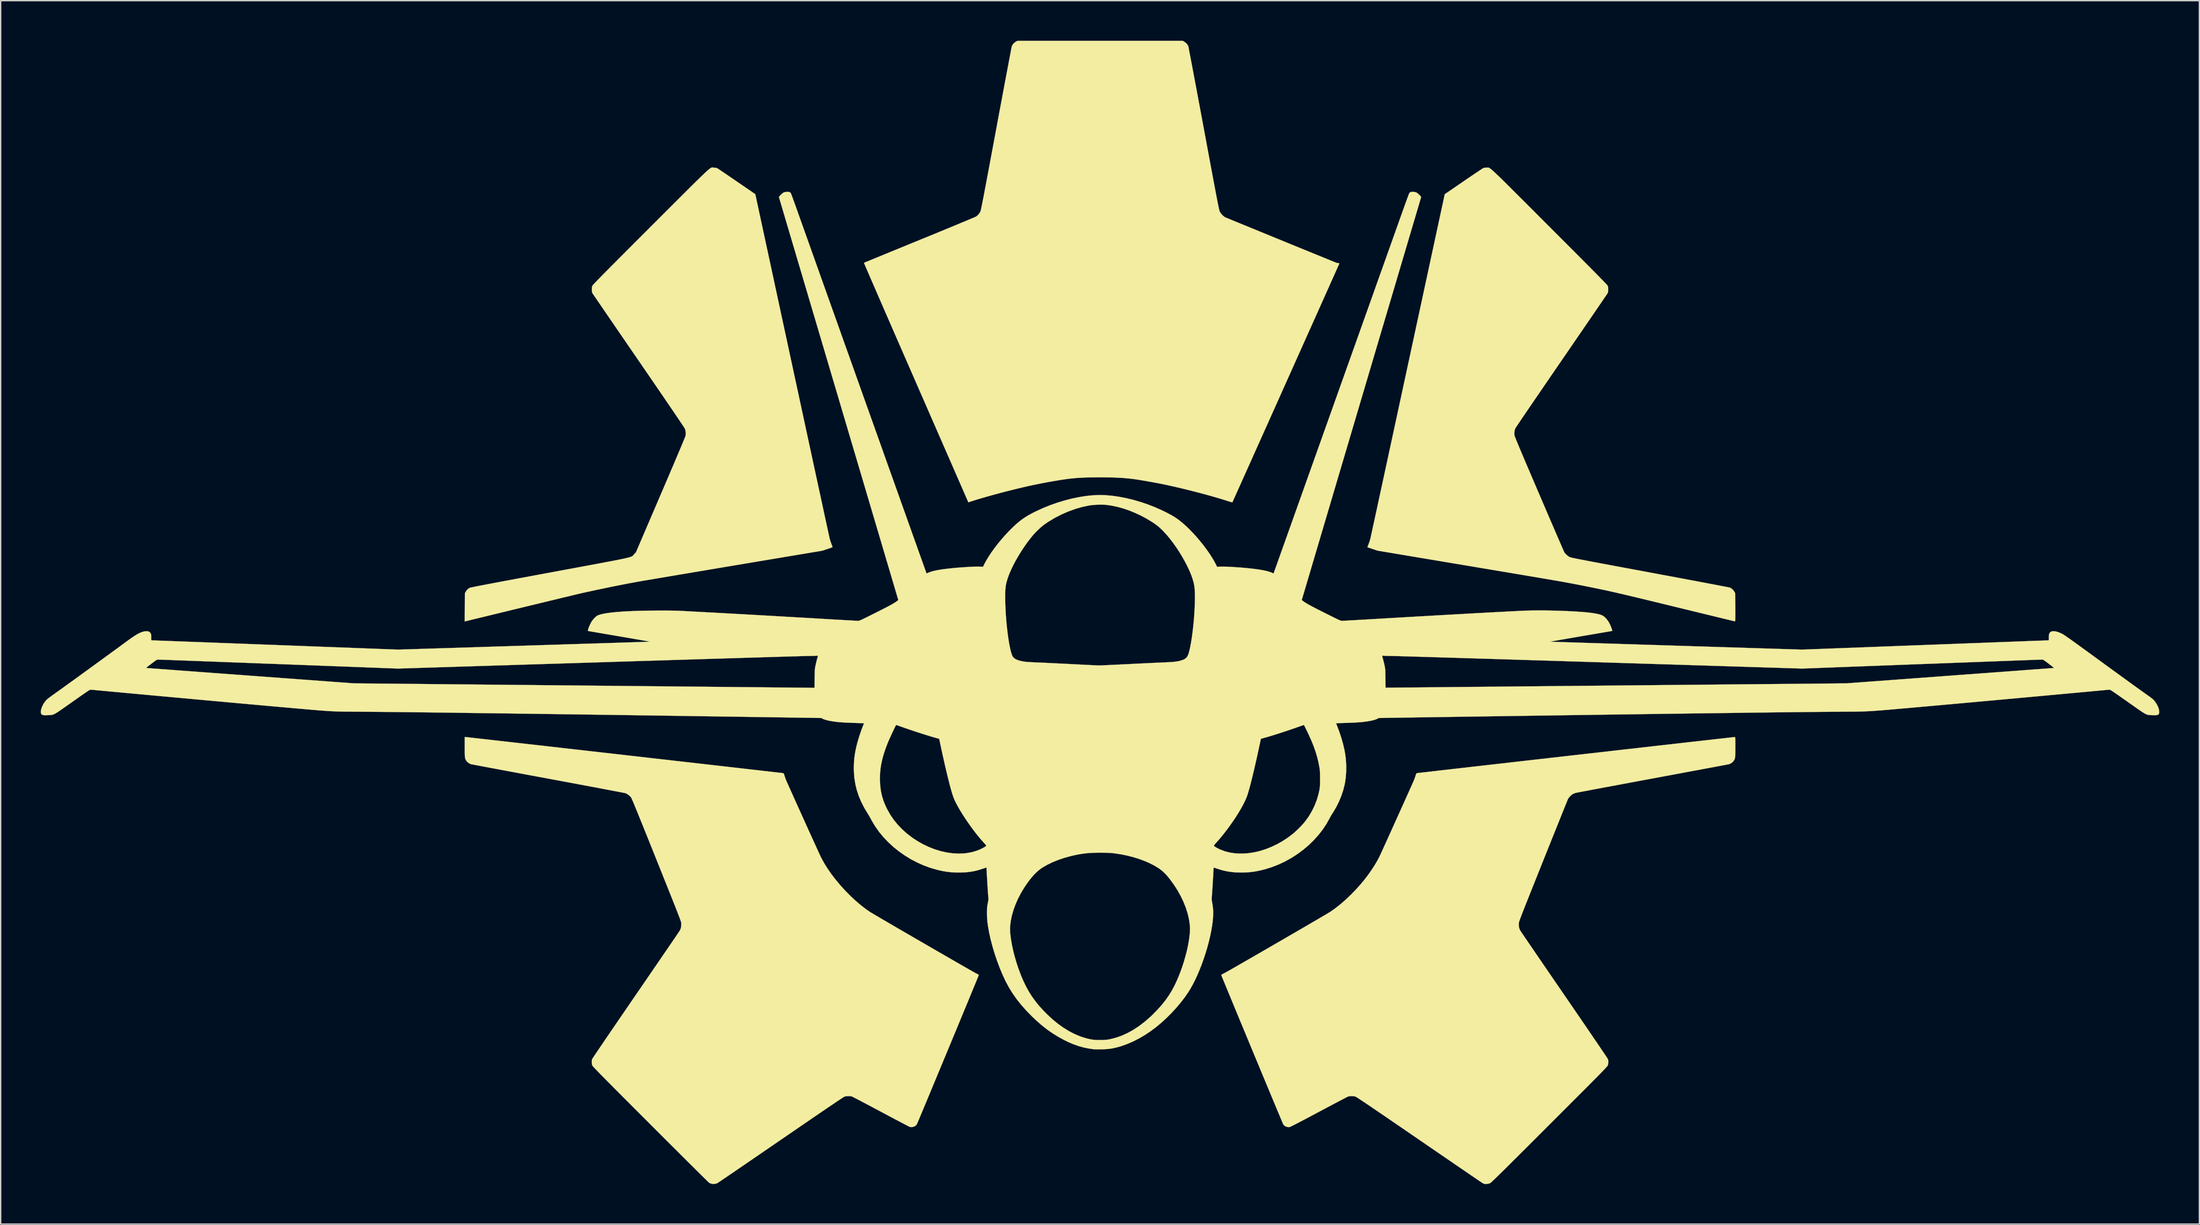
<source format=kicad_pcb>
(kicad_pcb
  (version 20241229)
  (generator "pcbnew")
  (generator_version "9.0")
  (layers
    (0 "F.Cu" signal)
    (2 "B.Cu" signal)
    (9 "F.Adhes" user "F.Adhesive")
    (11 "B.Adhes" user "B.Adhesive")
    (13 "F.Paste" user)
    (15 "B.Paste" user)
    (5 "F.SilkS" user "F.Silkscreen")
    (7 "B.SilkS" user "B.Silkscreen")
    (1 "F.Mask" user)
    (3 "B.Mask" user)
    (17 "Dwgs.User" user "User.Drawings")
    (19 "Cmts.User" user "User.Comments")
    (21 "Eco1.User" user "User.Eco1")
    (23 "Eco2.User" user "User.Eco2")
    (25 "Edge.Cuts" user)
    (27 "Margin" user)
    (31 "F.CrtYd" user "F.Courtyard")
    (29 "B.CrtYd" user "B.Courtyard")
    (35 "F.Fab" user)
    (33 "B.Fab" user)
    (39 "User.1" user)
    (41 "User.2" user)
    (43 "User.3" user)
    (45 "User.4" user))
  (footprint "OH_LOGO_LARGE"
    (layer "F.Cu")
    (at 79.276 51.408)
    (property "Reference" "OH_LOGO_LARGE" (at 0 0 0) (layer "F.SilkS") (effects (font (size 1.524 1.524) (thickness 0.3))))
    (attr through_hole board_only exclude_from_pos_files exclude_from_bom)
    (fp_poly (pts (xy -28.992 -41.921) (xy -28.971 -41.918) (xy -28.949 -41.914) (xy -28.926 -41.91) (xy -28.899 -41.907) (xy -28.884 -41.906) (xy -28.768 -41.895) (xy -28.677 -41.876) (xy -28.639 -41.861) (xy -28.61 -41.843) (xy -28.549 -41.804) (xy -28.459 -41.744) (xy -28.342 -41.665) (xy -28.202 -41.571) (xy -28.041 -41.462) (xy -27.862 -41.34) (xy -27.668 -41.207) (xy -27.461 -41.066) (xy -27.245 -40.918) (xy -27.178 -40.872) (xy -25.792 -39.92) (xy -23.037 -27.141) (xy -22.88 -26.414) (xy -22.725 -25.697) (xy -22.573 -24.99) (xy -22.423 -24.296) (xy -22.276 -23.615) (xy -22.132 -22.948) (xy -21.992 -22.297) (xy -21.855 -21.662) (xy -21.722 -21.044) (xy -21.592 -20.446) (xy -21.468 -19.868) (xy -21.347 -19.311) (xy -21.232 -18.776) (xy -21.121 -18.264) (xy -21.016 -17.777) (xy -20.916 -17.316) (xy -20.822 -16.881) (xy -20.734 -16.474) (xy -20.653 -16.097) (xy -20.578 -15.749) (xy -20.509 -15.433) (xy -20.448 -15.15) (xy -20.394 -14.9) (xy -20.347 -14.685) (xy -20.308 -14.505) (xy -20.277 -14.363) (xy -20.254 -14.259) (xy -20.24 -14.194) (xy -20.235 -14.171) (xy -20.2 -14.045) (xy -20.152 -13.894) (xy -20.094 -13.729) (xy -20.031 -13.564) (xy -20.014 -13.522) (xy -20.014 -13.508) (xy -20.031 -13.493) (xy -20.067 -13.473) (xy -20.129 -13.448) (xy -20.221 -13.415) (xy -20.347 -13.373) (xy -20.387 -13.359) (xy -20.775 -13.231) (xy -27.421 -12.118) (xy -27.953 -12.029) (xy -28.478 -11.941) (xy -28.993 -11.854) (xy -29.498 -11.769) (xy -29.99 -11.687) (xy -30.468 -11.606) (xy -30.931 -11.528) (xy -31.375 -11.454) (xy -31.799 -11.382) (xy -32.203 -11.314) (xy -32.583 -11.25) (xy -32.938 -11.19) (xy -33.267 -11.134) (xy -33.567 -11.083) (xy -33.837 -11.037) (xy -34.075 -10.997) (xy -34.279 -10.962) (xy -34.448 -10.933) (xy -34.579 -10.91) (xy -34.671 -10.894) (xy -34.703 -10.888) (xy -35.104 -10.814) (xy -35.537 -10.731) (xy -35.994 -10.641) (xy -36.467 -10.546) (xy -36.946 -10.448) (xy -37.423 -10.349) (xy -37.889 -10.25) (xy -38.336 -10.153) (xy -38.755 -10.06) (xy -38.841 -10.041) (xy -38.895 -10.028) (xy -38.988 -10.006) (xy -39.117 -9.976) (xy -39.279 -9.937) (xy -39.473 -9.89) (xy -39.696 -9.836) (xy -39.944 -9.776) (xy -40.217 -9.711) (xy -40.511 -9.64) (xy -40.824 -9.564) (xy -41.153 -9.485) (xy -41.496 -9.402) (xy -41.85 -9.316) (xy -42.213 -9.228) (xy -42.583 -9.139) (xy -42.957 -9.048) (xy -43.332 -8.957) (xy -43.706 -8.867) (xy -44.077 -8.777) (xy -44.441 -8.688) (xy -44.798 -8.602) (xy -45.143 -8.518) (xy -45.475 -8.437) (xy -45.791 -8.361) (xy -46.089 -8.288) (xy -46.366 -8.221) (xy -46.619 -8.159) (xy -46.847 -8.103) (xy -47.046 -8.055) (xy -47.215 -8.013) (xy -47.351 -7.98) (xy -47.45 -7.955) (xy -47.486 -7.946) (xy -47.542 -7.933) (xy -47.536 -8.988) (xy -47.53 -10.044) (xy -47.48 -10.139) (xy -47.396 -10.265) (xy -47.289 -10.373) (xy -47.181 -10.445) (xy -47.162 -10.452) (xy -47.127 -10.461) (xy -47.074 -10.474) (xy -47.001 -10.49) (xy -46.908 -10.51) (xy -46.793 -10.533) (xy -46.655 -10.561) (xy -46.494 -10.593) (xy -46.307 -10.629) (xy -46.093 -10.67) (xy -45.852 -10.716) (xy -45.582 -10.768) (xy -45.282 -10.824) (xy -44.951 -10.887) (xy -44.588 -10.955) (xy -44.191 -11.029) (xy -43.759 -11.11) (xy -43.291 -11.197) (xy -42.786 -11.291) (xy -42.243 -11.392) (xy -41.66 -11.501) (xy -41.19 -11.588) (xy -40.593 -11.699) (xy -40.035 -11.802) (xy -39.516 -11.898) (xy -39.035 -11.987) (xy -38.589 -12.07) (xy -38.178 -12.146) (xy -37.8 -12.217) (xy -37.453 -12.282) (xy -37.137 -12.341) (xy -36.849 -12.396) (xy -36.589 -12.445) (xy -36.354 -12.491) (xy -36.143 -12.532) (xy -35.956 -12.57) (xy -35.79 -12.604) (xy -35.644 -12.635) (xy -35.517 -12.663) (xy -35.407 -12.688) (xy -35.313 -12.712) (xy -35.233 -12.733) (xy -35.166 -12.753) (xy -35.11 -12.772) (xy -35.065 -12.79) (xy -35.028 -12.807) (xy -34.998 -12.824) (xy -34.974 -12.841) (xy -34.954 -12.858) (xy -34.937 -12.875) (xy -34.922 -12.894) (xy -34.906 -12.914) (xy -34.889 -12.936) (xy -34.869 -12.959) (xy -34.859 -12.97) (xy -34.724 -13.114) (xy -32.877 -17.421) (xy -32.64 -17.974) (xy -32.419 -18.491) (xy -32.214 -18.971) (xy -32.024 -19.416) (xy -31.85 -19.824) (xy -31.693 -20.196) (xy -31.551 -20.531) (xy -31.425 -20.828) (xy -31.316 -21.088) (xy -31.223 -21.311) (xy -31.147 -21.496) (xy -31.087 -21.643) (xy -31.044 -21.752) (xy -31.017 -21.822) (xy -31.008 -21.853) (xy -30.995 -22.013) (xy -31.012 -22.186) (xy -31.052 -22.343) (xy -31.066 -22.37) (xy -31.1 -22.426) (xy -31.155 -22.51) (xy -31.229 -22.624) (xy -31.325 -22.767) (xy -31.441 -22.941) (xy -31.579 -23.145) (xy -31.737 -23.38) (xy -31.918 -23.646) (xy -32.12 -23.944) (xy -32.345 -24.274) (xy -32.592 -24.636) (xy -32.861 -25.03) (xy -33.154 -25.458) (xy -33.469 -25.919) (xy -33.808 -26.413) (xy -34.171 -26.942) (xy -34.523 -27.456) (xy -34.809 -27.872) (xy -35.088 -28.28) (xy -35.361 -28.677) (xy -35.625 -29.063) (xy -35.881 -29.436) (xy -36.127 -29.794) (xy -36.362 -30.137) (xy -36.585 -30.463) (xy -36.795 -30.77) (xy -36.992 -31.057) (xy -37.173 -31.323) (xy -37.34 -31.566) (xy -37.489 -31.785) (xy -37.621 -31.978) (xy -37.735 -32.144) (xy -37.829 -32.282) (xy -37.902 -32.39) (xy -37.954 -32.467) (xy -37.984 -32.512) (xy -37.991 -32.522) (xy -38.01 -32.573) (xy -38.021 -32.645) (xy -38.026 -32.749) (xy -38.026 -32.787) (xy -38.025 -32.886) (xy -38.019 -32.956) (xy -38.007 -33.009) (xy -37.985 -33.06) (xy -37.967 -33.095) (xy -37.951 -33.116) (xy -37.918 -33.153) (xy -37.867 -33.209) (xy -37.796 -33.284) (xy -37.706 -33.378) (xy -37.596 -33.492) (xy -37.464 -33.627) (xy -37.311 -33.783) (xy -37.135 -33.961) (xy -36.936 -34.162) (xy -36.714 -34.386) (xy -36.468 -34.634) (xy -36.196 -34.907) (xy -35.899 -35.205) (xy -35.576 -35.529) (xy -35.226 -35.88) (xy -34.849 -36.258) (xy -34.443 -36.664) (xy -34.008 -37.098) (xy -33.596 -37.511) (xy -33.164 -37.942) (xy -32.762 -38.344) (xy -32.387 -38.719) (xy -32.039 -39.067) (xy -31.717 -39.389) (xy -31.42 -39.685) (xy -31.146 -39.958) (xy -30.895 -40.209) (xy -30.666 -40.437) (xy -30.457 -40.644) (xy -30.267 -40.831) (xy -30.096 -41) (xy -29.942 -41.15) (xy -29.805 -41.283) (xy -29.682 -41.401) (xy -29.574 -41.503) (xy -29.479 -41.591) (xy -29.396 -41.667) (xy -29.324 -41.73) (xy -29.261 -41.782) (xy -29.208 -41.824) (xy -29.162 -41.858) (xy -29.123 -41.883) (xy -29.09 -41.9) (xy -29.061 -41.912) (xy -29.036 -41.919) (xy -29.013 -41.922) (xy -28.992 -41.921)) (stroke (width 0.01) (type solid)) (fill yes) (layer "F.SilkS"))
    (fp_poly (pts (xy 29.056 -41.915) (xy 29.079 -41.911) (xy 29.103 -41.904) (xy 29.132 -41.891) (xy 29.165 -41.873) (xy 29.203 -41.847) (xy 29.248 -41.814) (xy 29.301 -41.772) (xy 29.362 -41.72) (xy 29.433 -41.657) (xy 29.516 -41.583) (xy 29.61 -41.495) (xy 29.716 -41.394) (xy 29.837 -41.278) (xy 29.973 -41.146) (xy 30.126 -40.997) (xy 30.295 -40.83) (xy 30.482 -40.645) (xy 30.689 -40.439) (xy 30.916 -40.213) (xy 31.165 -39.965) (xy 31.436 -39.694) (xy 31.731 -39.4) (xy 32.05 -39.081) (xy 32.395 -38.736) (xy 32.766 -38.364) (xy 33.166 -37.964) (xy 33.594 -37.536) (xy 33.648 -37.482) (xy 34.119 -37.009) (xy 34.562 -36.567) (xy 34.975 -36.153) (xy 35.359 -35.767) (xy 35.715 -35.41) (xy 36.044 -35.08) (xy 36.345 -34.777) (xy 36.619 -34.5) (xy 36.867 -34.25) (xy 37.089 -34.026) (xy 37.286 -33.826) (xy 37.457 -33.651) (xy 37.605 -33.501) (xy 37.728 -33.374) (xy 37.827 -33.271) (xy 37.903 -33.19) (xy 37.957 -33.132) (xy 37.988 -33.096) (xy 37.997 -33.084) (xy 38.022 -33.03) (xy 38.037 -32.974) (xy 38.045 -32.905) (xy 38.047 -32.808) (xy 38.047 -32.787) (xy 38.045 -32.678) (xy 38.037 -32.6) (xy 38.022 -32.544) (xy 38.009 -32.516) (xy 37.994 -32.493) (xy 37.956 -32.436) (xy 37.896 -32.348) (xy 37.814 -32.228) (xy 37.713 -32.08) (xy 37.593 -31.903) (xy 37.454 -31.7) (xy 37.298 -31.472) (xy 37.126 -31.221) (xy 36.939 -30.947) (xy 36.738 -30.653) (xy 36.523 -30.339) (xy 36.295 -30.007) (xy 36.056 -29.658) (xy 35.807 -29.295) (xy 35.549 -28.918) (xy 35.281 -28.528) (xy 35.007 -28.127) (xy 34.725 -27.717) (xy 34.561 -27.478) (xy 34.276 -27.063) (xy 33.997 -26.656) (xy 33.725 -26.259) (xy 33.461 -25.874) (xy 33.206 -25.501) (xy 32.961 -25.142) (xy 32.726 -24.799) (xy 32.503 -24.473) (xy 32.293 -24.165) (xy 32.097 -23.878) (xy 31.915 -23.611) (xy 31.75 -23.367) (xy 31.6 -23.147) (xy 31.469 -22.953) (xy 31.356 -22.786) (xy 31.262 -22.647) (xy 31.189 -22.538) (xy 31.138 -22.46) (xy 31.109 -22.415) (xy 31.103 -22.405) (xy 31.046 -22.241) (xy 31.02 -22.065) (xy 31.025 -21.894) (xy 31.027 -21.88) (xy 31.033 -21.856) (xy 31.046 -21.816) (xy 31.066 -21.759) (xy 31.095 -21.685) (xy 31.132 -21.59) (xy 31.178 -21.475) (xy 31.235 -21.338) (xy 31.301 -21.178) (xy 31.378 -20.993) (xy 31.467 -20.782) (xy 31.567 -20.544) (xy 31.68 -20.278) (xy 31.806 -19.982) (xy 31.945 -19.654) (xy 32.098 -19.295) (xy 32.266 -18.902) (xy 32.449 -18.474) (xy 32.648 -18.009) (xy 32.863 -17.508) (xy 32.884 -17.46) (xy 33.058 -17.053) (xy 33.228 -16.657) (xy 33.393 -16.272) (xy 33.553 -15.9) (xy 33.706 -15.544) (xy 33.853 -15.204) (xy 33.991 -14.883) (xy 34.12 -14.583) (xy 34.24 -14.305) (xy 34.35 -14.052) (xy 34.449 -13.824) (xy 34.536 -13.624) (xy 34.61 -13.454) (xy 34.671 -13.315) (xy 34.717 -13.21) (xy 34.749 -13.139) (xy 34.765 -13.105) (xy 34.766 -13.102) (xy 34.833 -13.017) (xy 34.923 -12.926) (xy 35.026 -12.84) (xy 35.126 -12.771) (xy 35.16 -12.752) (xy 35.175 -12.745) (xy 35.199 -12.738) (xy 35.232 -12.728) (xy 35.276 -12.717) (xy 35.332 -12.704) (xy 35.401 -12.688) (xy 35.486 -12.67) (xy 35.588 -12.649) (xy 35.707 -12.625) (xy 35.845 -12.598) (xy 36.004 -12.567) (xy 36.185 -12.532) (xy 36.39 -12.492) (xy 36.619 -12.449) (xy 36.875 -12.4) (xy 37.158 -12.347) (xy 37.47 -12.288) (xy 37.813 -12.224) (xy 38.187 -12.154) (xy 38.595 -12.077) (xy 39.038 -11.995) (xy 39.516 -11.906) (xy 40.032 -11.81) (xy 40.587 -11.707) (xy 41.18 -11.596) (xy 41.674 -11.504) (xy 42.157 -11.414) (xy 42.629 -11.326) (xy 43.087 -11.241) (xy 43.529 -11.158) (xy 43.955 -11.078) (xy 44.361 -11.002) (xy 44.747 -10.929) (xy 45.111 -10.86) (xy 45.451 -10.796) (xy 45.766 -10.736) (xy 46.053 -10.682) (xy 46.311 -10.632) (xy 46.539 -10.588) (xy 46.735 -10.55) (xy 46.896 -10.519) (xy 47.022 -10.494) (xy 47.111 -10.476) (xy 47.16 -10.465) (xy 47.17 -10.462) (xy 47.276 -10.399) (xy 47.378 -10.307) (xy 47.464 -10.201) (xy 47.495 -10.15) (xy 47.551 -10.044) (xy 47.557 -8.991) (xy 47.558 -8.745) (xy 47.559 -8.538) (xy 47.559 -8.368) (xy 47.558 -8.231) (xy 47.556 -8.125) (xy 47.553 -8.046) (xy 47.55 -7.991) (xy 47.545 -7.957) (xy 47.539 -7.942) (xy 47.536 -7.94) (xy 47.513 -7.945) (xy 47.451 -7.96) (xy 47.351 -7.983) (xy 47.217 -8.016) (xy 47.05 -8.056) (xy 46.851 -8.104) (xy 46.623 -8.16) (xy 46.369 -8.221) (xy 46.089 -8.289) (xy 45.786 -8.363) (xy 45.462 -8.442) (xy 45.12 -8.525) (xy 44.76 -8.613) (xy 44.385 -8.704) (xy 43.997 -8.799) (xy 43.598 -8.896) (xy 43.572 -8.903) (xy 43.016 -9.038) (xy 42.5 -9.164) (xy 42.021 -9.281) (xy 41.576 -9.389) (xy 41.163 -9.489) (xy 40.78 -9.582) (xy 40.426 -9.667) (xy 40.097 -9.746) (xy 39.791 -9.819) (xy 39.507 -9.887) (xy 39.242 -9.949) (xy 38.994 -10.007) (xy 38.76 -10.061) (xy 38.539 -10.112) (xy 38.328 -10.16) (xy 38.125 -10.205) (xy 37.928 -10.248) (xy 37.735 -10.29) (xy 37.543 -10.33) (xy 37.351 -10.371) (xy 37.156 -10.411) (xy 36.955 -10.452) (xy 36.747 -10.494) (xy 36.53 -10.538) (xy 36.301 -10.584) (xy 36.248 -10.595) (xy 36.113 -10.622) (xy 35.982 -10.648) (xy 35.855 -10.673) (xy 35.73 -10.697) (xy 35.605 -10.721) (xy 35.479 -10.746) (xy 35.35 -10.77) (xy 35.216 -10.795) (xy 35.076 -10.821) (xy 34.929 -10.848) (xy 34.773 -10.876) (xy 34.605 -10.906) (xy 34.426 -10.938) (xy 34.232 -10.972) (xy 34.024 -11.008) (xy 33.798 -11.047) (xy 33.553 -11.089) (xy 33.289 -11.134) (xy 33.003 -11.183) (xy 32.693 -11.236) (xy 32.359 -11.292) (xy 31.998 -11.353) (xy 31.609 -11.419) (xy 31.191 -11.489) (xy 30.742 -11.565) (xy 30.26 -11.645) (xy 29.743 -11.732) (xy 29.191 -11.825) (xy 28.602 -11.923) (xy 27.974 -12.029) (xy 27.443 -12.118) (xy 20.796 -13.231) (xy 20.41 -13.359) (xy 20.29 -13.399) (xy 20.186 -13.434) (xy 20.102 -13.463) (xy 20.046 -13.484) (xy 20.024 -13.493) (xy 20.024 -13.493) (xy 20.031 -13.514) (xy 20.051 -13.567) (xy 20.08 -13.642) (xy 20.11 -13.717) (xy 20.154 -13.836) (xy 20.198 -13.971) (xy 20.237 -14.1) (xy 20.249 -14.147) (xy 20.257 -14.18) (xy 20.273 -14.253) (xy 20.297 -14.365) (xy 20.33 -14.515) (xy 20.371 -14.702) (xy 20.419 -14.925) (xy 20.475 -15.182) (xy 20.538 -15.473) (xy 20.608 -15.795) (xy 20.685 -16.149) (xy 20.768 -16.533) (xy 20.857 -16.946) (xy 20.952 -17.386) (xy 21.053 -17.853) (xy 21.16 -18.346) (xy 21.272 -18.863) (xy 21.388 -19.402) (xy 21.51 -19.964) (xy 21.635 -20.547) (xy 21.765 -21.15) (xy 21.9 -21.771) (xy 22.037 -22.409) (xy 22.179 -23.064) (xy 22.323 -23.734) (xy 22.471 -24.418) (xy 22.621 -25.115) (xy 22.774 -25.824) (xy 22.929 -26.543) (xy 23.058 -27.14) (xy 25.813 -39.918) (xy 27.215 -40.88) (xy 27.435 -41.031) (xy 27.647 -41.175) (xy 27.847 -41.311) (xy 28.034 -41.437) (xy 28.203 -41.551) (xy 28.352 -41.65) (xy 28.479 -41.734) (xy 28.58 -41.801) (xy 28.654 -41.847) (xy 28.696 -41.873) (xy 28.703 -41.876) (xy 28.781 -41.896) (xy 28.883 -41.908) (xy 28.942 -41.91) (xy 28.969 -41.911) (xy 28.992 -41.913) (xy 29.014 -41.915) (xy 29.035 -41.916) (xy 29.056 -41.915)) (stroke (width 0.01) (type solid)) (fill yes) (layer "F.SilkS"))
    (fp_poly (pts (xy 6.305 -51.34) (xy 6.418 -51.262) (xy 6.517 -51.163) (xy 6.59 -51.056) (xy 6.613 -51.005) (xy 6.62 -50.977) (xy 6.634 -50.909) (xy 6.655 -50.803) (xy 6.682 -50.66) (xy 6.717 -50.482) (xy 6.757 -50.271) (xy 6.803 -50.028) (xy 6.855 -49.756) (xy 6.912 -49.455) (xy 6.974 -49.127) (xy 7.04 -48.774) (xy 7.111 -48.398) (xy 7.186 -48) (xy 7.264 -47.582) (xy 7.346 -47.146) (xy 7.43 -46.693) (xy 7.518 -46.224) (xy 7.608 -45.743) (xy 7.7 -45.25) (xy 7.779 -44.822) (xy 7.89 -44.225) (xy 7.994 -43.667) (xy 8.09 -43.148) (xy 8.18 -42.667) (xy 8.263 -42.221) (xy 8.34 -41.81) (xy 8.41 -41.432) (xy 8.475 -41.086) (xy 8.535 -40.77) (xy 8.589 -40.482) (xy 8.638 -40.222) (xy 8.682 -39.988) (xy 8.722 -39.779) (xy 8.758 -39.592) (xy 8.79 -39.427) (xy 8.819 -39.282) (xy 8.844 -39.156) (xy 8.866 -39.047) (xy 8.885 -38.954) (xy 8.902 -38.876) (xy 8.917 -38.811) (xy 8.93 -38.757) (xy 8.941 -38.714) (xy 8.95 -38.679) (xy 8.959 -38.651) (xy 8.967 -38.63) (xy 8.974 -38.613) (xy 8.981 -38.6) (xy 9.05 -38.491) (xy 9.14 -38.383) (xy 9.24 -38.287) (xy 9.338 -38.214) (xy 9.377 -38.192) (xy 9.406 -38.18) (xy 9.471 -38.152) (xy 9.571 -38.111) (xy 9.703 -38.056) (xy 9.866 -37.989) (xy 10.057 -37.91) (xy 10.273 -37.821) (xy 10.513 -37.723) (xy 10.774 -37.616) (xy 11.054 -37.501) (xy 11.352 -37.379) (xy 11.663 -37.251) (xy 11.987 -37.118) (xy 12.322 -36.981) (xy 12.664 -36.841) (xy 13.011 -36.699) (xy 13.362 -36.555) (xy 13.715 -36.411) (xy 14.066 -36.267) (xy 14.414 -36.125) (xy 14.756 -35.985) (xy 15.091 -35.848) (xy 15.415 -35.716) (xy 15.728 -35.588) (xy 16.025 -35.466) (xy 16.306 -35.352) (xy 16.569 -35.245) (xy 16.809 -35.147) (xy 17.027 -35.058) (xy 17.219 -34.98) (xy 17.383 -34.913) (xy 17.516 -34.859) (xy 17.618 -34.818) (xy 17.684 -34.792) (xy 17.714 -34.78) (xy 17.714 -34.78) (xy 17.788 -34.763) (xy 17.86 -34.756) (xy 17.91 -34.75) (xy 17.923 -34.732) (xy 17.922 -34.729) (xy 17.911 -34.704) (xy 17.883 -34.642) (xy 17.84 -34.545) (xy 17.781 -34.414) (xy 17.708 -34.25) (xy 17.621 -34.055) (xy 17.521 -33.83) (xy 17.408 -33.577) (xy 17.283 -33.298) (xy 17.146 -32.993) (xy 16.999 -32.665) (xy 16.842 -32.314) (xy 16.676 -31.942) (xy 16.501 -31.551) (xy 16.318 -31.142) (xy 16.128 -30.717) (xy 15.931 -30.277) (xy 15.728 -29.823) (xy 15.519 -29.358) (xy 15.306 -28.881) (xy 15.089 -28.396) (xy 14.868 -27.903) (xy 14.644 -27.404) (xy 14.419 -26.9) (xy 14.192 -26.393) (xy 13.964 -25.885) (xy 13.736 -25.376) (xy 13.509 -24.868) (xy 13.283 -24.363) (xy 13.058 -23.862) (xy 12.836 -23.367) (xy 12.618 -22.878) (xy 12.403 -22.399) (xy 12.192 -21.929) (xy 11.987 -21.471) (xy 11.787 -21.025) (xy 11.594 -20.594) (xy 11.408 -20.179) (xy 11.23 -19.781) (xy 11.06 -19.402) (xy 10.899 -19.044) (xy 10.748 -18.707) (xy 10.608 -18.393) (xy 10.478 -18.104) (xy 10.36 -17.841) (xy 10.255 -17.606) (xy 10.162 -17.4) (xy 10.083 -17.224) (xy 10.019 -17.08) (xy 9.969 -16.97) (xy 9.935 -16.895) (xy 9.918 -16.856) (xy 9.915 -16.851) (xy 9.893 -16.854) (xy 9.837 -16.869) (xy 9.752 -16.893) (xy 9.645 -16.926) (xy 9.521 -16.964) (xy 9.467 -16.981) (xy 9.048 -17.112) (xy 8.595 -17.245) (xy 8.114 -17.382) (xy 7.613 -17.518) (xy 7.099 -17.652) (xy 6.58 -17.784) (xy 6.062 -17.909) (xy 5.553 -18.028) (xy 5.06 -18.137) (xy 4.591 -18.235) (xy 4.583 -18.237) (xy 4.447 -18.264) (xy 4.282 -18.295) (xy 4.095 -18.33) (xy 3.894 -18.366) (xy 3.684 -18.404) (xy 3.475 -18.441) (xy 3.272 -18.476) (xy 3.082 -18.508) (xy 2.914 -18.536) (xy 2.774 -18.558) (xy 2.678 -18.572) (xy 2.411 -18.607) (xy 2.15 -18.637) (xy 1.887 -18.662) (xy 1.617 -18.682) (xy 1.334 -18.697) (xy 1.032 -18.709) (xy 0.704 -18.716) (xy 0.345 -18.72) (xy 0.011 -18.721) (xy -0.364 -18.72) (xy -0.703 -18.717) (xy -1.012 -18.71) (xy -1.3 -18.699) (xy -1.571 -18.685) (xy -1.834 -18.665) (xy -2.093 -18.641) (xy -2.357 -18.61) (xy -2.632 -18.573) (xy -2.923 -18.529) (xy -3.239 -18.477) (xy -3.545 -18.425) (xy -3.919 -18.358) (xy -4.274 -18.292) (xy -4.618 -18.224) (xy -4.96 -18.154) (xy -5.307 -18.079) (xy -5.667 -17.997) (xy -6.05 -17.907) (xy -6.463 -17.806) (xy -6.572 -17.78) (xy -6.867 -17.706) (xy -7.173 -17.627) (xy -7.487 -17.544) (xy -7.802 -17.459) (xy -8.115 -17.374) (xy -8.419 -17.288) (xy -8.71 -17.205) (xy -8.983 -17.125) (xy -9.232 -17.05) (xy -9.453 -16.982) (xy -9.64 -16.921) (xy -9.722 -16.893) (xy -9.845 -16.85) (xy -9.874 -16.918) (xy -9.884 -16.942) (xy -9.911 -17.003) (xy -9.954 -17.101) (xy -10.012 -17.233) (xy -10.084 -17.4) (xy -10.171 -17.599) (xy -10.272 -17.83) (xy -10.386 -18.091) (xy -10.513 -18.381) (xy -10.652 -18.699) (xy -10.802 -19.043) (xy -10.963 -19.412) (xy -11.135 -19.806) (xy -11.317 -20.223) (xy -11.509 -20.661) (xy -11.709 -21.119) (xy -11.918 -21.597) (xy -12.134 -22.093) (xy -12.358 -22.605) (xy -12.589 -23.133) (xy -12.826 -23.675) (xy -13.068 -24.231) (xy -13.316 -24.798) (xy -13.569 -25.375) (xy -13.787 -25.876) (xy -14.043 -26.462) (xy -14.294 -27.037) (xy -14.541 -27.601) (xy -14.782 -28.154) (xy -15.017 -28.693) (xy -15.246 -29.217) (xy -15.467 -29.725) (xy -15.681 -30.217) (xy -15.887 -30.69) (xy -16.085 -31.143) (xy -16.273 -31.576) (xy -16.452 -31.987) (xy -16.62 -32.375) (xy -16.778 -32.738) (xy -16.925 -33.076) (xy -17.059 -33.387) (xy -17.182 -33.67) (xy -17.292 -33.924) (xy -17.388 -34.147) (xy -17.471 -34.339) (xy -17.539 -34.498) (xy -17.592 -34.622) (xy -17.63 -34.712) (xy -17.652 -34.765) (xy -17.657 -34.78) (xy -17.636 -34.79) (xy -17.578 -34.814) (xy -17.485 -34.853) (xy -17.357 -34.906) (xy -17.198 -34.972) (xy -17.008 -35.05) (xy -16.791 -35.14) (xy -16.546 -35.24) (xy -16.277 -35.351) (xy -15.985 -35.471) (xy -15.672 -35.599) (xy -15.34 -35.735) (xy -14.991 -35.879) (xy -14.625 -36.028) (xy -14.246 -36.184) (xy -13.855 -36.344) (xy -13.495 -36.491) (xy -13.093 -36.656) (xy -12.702 -36.816) (xy -12.321 -36.972) (xy -11.955 -37.123) (xy -11.603 -37.268) (xy -11.269 -37.406) (xy -10.954 -37.536) (xy -10.659 -37.658) (xy -10.388 -37.771) (xy -10.141 -37.874) (xy -9.921 -37.966) (xy -9.728 -38.046) (xy -9.566 -38.115) (xy -9.436 -38.17) (xy -9.34 -38.212) (xy -9.28 -38.239) (xy -9.258 -38.25) (xy -9.146 -38.345) (xy -9.041 -38.466) (xy -8.955 -38.6) (xy -8.943 -38.625) (xy -8.936 -38.642) (xy -8.928 -38.668) (xy -8.918 -38.707) (xy -8.905 -38.758) (xy -8.89 -38.823) (xy -8.873 -38.904) (xy -8.853 -39.002) (xy -8.829 -39.118) (xy -8.802 -39.253) (xy -8.771 -39.41) (xy -8.736 -39.589) (xy -8.697 -39.791) (xy -8.654 -40.018) (xy -8.606 -40.272) (xy -8.552 -40.553) (xy -8.494 -40.863) (xy -8.43 -41.204) (xy -8.36 -41.576) (xy -8.284 -41.981) (xy -8.202 -42.421) (xy -8.113 -42.896) (xy -8.018 -43.408) (xy -7.915 -43.959) (xy -7.805 -44.549) (xy -7.755 -44.818) (xy -7.662 -45.319) (xy -7.571 -45.81) (xy -7.481 -46.289) (xy -7.394 -46.755) (xy -7.31 -47.205) (xy -7.229 -47.639) (xy -7.151 -48.053) (xy -7.077 -48.448) (xy -7.007 -48.82) (xy -6.941 -49.169) (xy -6.88 -49.493) (xy -6.824 -49.79) (xy -6.773 -50.058) (xy -6.728 -50.296) (xy -6.689 -50.502) (xy -6.656 -50.675) (xy -6.629 -50.812) (xy -6.609 -50.912) (xy -6.597 -50.974) (xy -6.592 -50.994) (xy -6.535 -51.108) (xy -6.446 -51.216) (xy -6.335 -51.309) (xy -6.283 -51.34) (xy -6.17 -51.403) (xy 6.191 -51.403) (xy 6.305 -51.34)) (stroke (width 0.01) (type solid)) (fill yes) (layer "F.SilkS"))
    (fp_poly (pts (xy -47.429 0.725) (xy -47.372 0.731) (xy -47.276 0.742) (xy -47.142 0.757) (xy -46.971 0.776) (xy -46.766 0.799) (xy -46.526 0.826) (xy -46.255 0.857) (xy -45.953 0.891) (xy -45.621 0.928) (xy -45.262 0.969) (xy -44.876 1.012) (xy -44.466 1.059) (xy -44.032 1.108) (xy -43.576 1.16) (xy -43.099 1.214) (xy -42.604 1.27) (xy -42.09 1.328) (xy -41.561 1.388) (xy -41.016 1.45) (xy -40.459 1.513) (xy -39.889 1.578) (xy -39.309 1.644) (xy -38.72 1.711) (xy -38.124 1.779) (xy -37.522 1.847) (xy -36.914 1.916) (xy -36.304 1.986) (xy -35.692 2.055) (xy -35.08 2.125) (xy -34.469 2.194) (xy -33.86 2.264) (xy -33.256 2.333) (xy -32.657 2.401) (xy -32.065 2.468) (xy -31.482 2.535) (xy -30.908 2.6) (xy -30.346 2.664) (xy -29.797 2.727) (xy -29.261 2.788) (xy -28.742 2.847) (xy -28.239 2.904) (xy -27.755 2.96) (xy -27.291 3.012) (xy -26.849 3.063) (xy -26.429 3.111) (xy -26.034 3.156) (xy -25.665 3.198) (xy -25.323 3.238) (xy -25.01 3.273) (xy -24.726 3.306) (xy -24.475 3.335) (xy -24.256 3.36) (xy -24.072 3.381) (xy -23.924 3.398) (xy -23.814 3.411) (xy -23.742 3.42) (xy -23.71 3.424) (xy -23.709 3.424) (xy -23.68 3.44) (xy -23.655 3.475) (xy -23.631 3.536) (xy -23.611 3.598) (xy -23.578 3.7) (xy -23.541 3.81) (xy -23.51 3.895) (xy -23.492 3.938) (xy -23.458 4.017) (xy -23.409 4.13) (xy -23.345 4.272) (xy -23.27 4.443) (xy -23.182 4.638) (xy -23.085 4.855) (xy -22.978 5.092) (xy -22.864 5.346) (xy -22.744 5.614) (xy -22.618 5.893) (xy -22.488 6.181) (xy -22.355 6.475) (xy -22.221 6.772) (xy -22.086 7.07) (xy -21.953 7.365) (xy -21.821 7.656) (xy -21.693 7.939) (xy -21.569 8.211) (xy -21.451 8.471) (xy -21.34 8.714) (xy -21.237 8.939) (xy -21.144 9.143) (xy -21.062 9.323) (xy -20.991 9.477) (xy -20.934 9.6) (xy -20.891 9.692) (xy -20.863 9.749) (xy -20.859 9.757) (xy -20.636 10.164) (xy -20.376 10.579) (xy -20.085 10.997) (xy -19.766 11.412) (xy -19.424 11.822) (xy -19.063 12.219) (xy -18.688 12.6) (xy -18.303 12.96) (xy -17.913 13.294) (xy -17.521 13.598) (xy -17.24 13.794) (xy -17.196 13.821) (xy -17.119 13.869) (xy -17.009 13.934) (xy -16.869 14.017) (xy -16.701 14.116) (xy -16.508 14.229) (xy -16.291 14.356) (xy -16.053 14.496) (xy -15.796 14.646) (xy -15.521 14.806) (xy -15.231 14.975) (xy -14.929 15.151) (xy -14.615 15.333) (xy -14.293 15.52) (xy -13.964 15.711) (xy -13.631 15.904) (xy -13.295 16.099) (xy -12.959 16.294) (xy -12.625 16.487) (xy -12.295 16.678) (xy -11.971 16.865) (xy -11.655 17.048) (xy -11.349 17.224) (xy -11.056 17.393) (xy -10.778 17.553) (xy -10.516 17.704) (xy -10.273 17.843) (xy -10.051 17.97) (xy -9.852 18.084) (xy -9.678 18.183) (xy -9.531 18.267) (xy -9.414 18.333) (xy -9.328 18.38) (xy -9.276 18.408) (xy -9.265 18.414) (xy -9.164 18.463) (xy -9.099 18.501) (xy -9.069 18.529) (xy -9.066 18.542) (xy -9.076 18.569) (xy -9.101 18.632) (xy -9.141 18.731) (xy -9.195 18.863) (xy -9.262 19.026) (xy -9.341 19.219) (xy -9.432 19.44) (xy -9.534 19.686) (xy -9.645 19.956) (xy -9.765 20.247) (xy -9.894 20.559) (xy -10.03 20.889) (xy -10.174 21.234) (xy -10.323 21.594) (xy -10.477 21.967) (xy -10.635 22.349) (xy -10.797 22.741) (xy -10.962 23.138) (xy -11.129 23.541) (xy -11.297 23.946) (xy -11.466 24.352) (xy -11.634 24.757) (xy -11.801 25.159) (xy -11.966 25.557) (xy -12.129 25.947) (xy -12.287 26.329) (xy -12.442 26.7) (xy -12.591 27.059) (xy -12.734 27.404) (xy -12.871 27.732) (xy -13 28.042) (xy -13.121 28.332) (xy -13.233 28.6) (xy -13.335 28.844) (xy -13.427 29.062) (xy -13.506 29.252) (xy -13.574 29.413) (xy -13.629 29.542) (xy -13.669 29.638) (xy -13.696 29.699) (xy -13.706 29.722) (xy -13.789 29.812) (xy -13.897 29.878) (xy -14.02 29.916) (xy -14.145 29.923) (xy -14.238 29.903) (xy -14.268 29.889) (xy -14.333 29.857) (xy -14.43 29.807) (xy -14.557 29.741) (xy -14.711 29.66) (xy -14.89 29.566) (xy -15.092 29.46) (xy -15.313 29.343) (xy -15.552 29.216) (xy -15.805 29.082) (xy -16.071 28.94) (xy -16.347 28.793) (xy -16.408 28.76) (xy -16.686 28.612) (xy -16.954 28.47) (xy -17.21 28.334) (xy -17.452 28.206) (xy -17.677 28.087) (xy -17.882 27.979) (xy -18.066 27.883) (xy -18.226 27.8) (xy -18.359 27.731) (xy -18.462 27.679) (xy -18.534 27.643) (xy -18.572 27.626) (xy -18.575 27.625) (xy -18.676 27.607) (xy -18.8 27.601) (xy -18.929 27.606) (xy -19.047 27.622) (xy -19.12 27.64) (xy -19.149 27.656) (xy -19.207 27.692) (xy -19.296 27.749) (xy -19.416 27.828) (xy -19.567 27.928) (xy -19.749 28.05) (xy -19.962 28.194) (xy -20.208 28.36) (xy -20.486 28.548) (xy -20.796 28.759) (xy -21.139 28.993) (xy -21.515 29.25) (xy -21.924 29.53) (xy -22.367 29.833) (xy -22.844 30.16) (xy -23.355 30.51) (xy -23.89 30.877) (xy -24.292 31.153) (xy -24.685 31.423) (xy -25.069 31.686) (xy -25.44 31.94) (xy -25.799 32.186) (xy -26.144 32.422) (xy -26.472 32.647) (xy -26.783 32.86) (xy -27.075 33.059) (xy -27.347 33.245) (xy -27.597 33.416) (xy -27.824 33.57) (xy -28.026 33.708) (xy -28.202 33.828) (xy -28.351 33.928) (xy -28.47 34.009) (xy -28.559 34.068) (xy -28.615 34.106) (xy -28.638 34.12) (xy -28.735 34.154) (xy -28.853 34.173) (xy -28.974 34.176) (xy -29.079 34.16) (xy -29.094 34.156) (xy -29.166 34.129) (xy -29.233 34.098) (xy -29.242 34.094) (xy -29.262 34.076) (xy -29.311 34.03) (xy -29.387 33.956) (xy -29.489 33.855) (xy -29.617 33.73) (xy -29.769 33.58) (xy -29.943 33.408) (xy -30.139 33.214) (xy -30.355 32.999) (xy -30.59 32.766) (xy -30.843 32.514) (xy -31.113 32.245) (xy -31.398 31.961) (xy -31.698 31.662) (xy -32.01 31.35) (xy -32.335 31.026) (xy -32.671 30.691) (xy -33.015 30.346) (xy -33.369 29.993) (xy -33.637 29.725) (xy -34.065 29.296) (xy -34.464 28.897) (xy -34.835 28.525) (xy -35.179 28.181) (xy -35.497 27.862) (xy -35.791 27.567) (xy -36.06 27.297) (xy -36.307 27.049) (xy -36.532 26.823) (xy -36.736 26.618) (xy -36.92 26.432) (xy -37.086 26.265) (xy -37.233 26.115) (xy -37.364 25.982) (xy -37.479 25.864) (xy -37.58 25.761) (xy -37.666 25.672) (xy -37.74 25.594) (xy -37.803 25.528) (xy -37.854 25.473) (xy -37.896 25.426) (xy -37.93 25.388) (xy -37.955 25.358) (xy -37.974 25.333) (xy -37.988 25.314) (xy -37.997 25.298) (xy -38.002 25.286) (xy -38.002 25.285) (xy -38.027 25.172) (xy -38.035 25.045) (xy -38.027 24.922) (xy -38.007 24.834) (xy -37.992 24.809) (xy -37.955 24.751) (xy -37.895 24.661) (xy -37.815 24.541) (xy -37.714 24.391) (xy -37.595 24.214) (xy -37.457 24.011) (xy -37.303 23.783) (xy -37.132 23.531) (xy -36.946 23.258) (xy -36.746 22.965) (xy -36.533 22.652) (xy -36.308 22.323) (xy -36.072 21.977) (xy -35.825 21.616) (xy -35.569 21.243) (xy -35.306 20.858) (xy -35.035 20.463) (xy -34.758 20.058) (xy -34.732 20.021) (xy -34.454 19.616) (xy -34.182 19.219) (xy -33.917 18.832) (xy -33.659 18.457) (xy -33.411 18.095) (xy -33.173 17.746) (xy -32.945 17.414) (xy -32.73 17.099) (xy -32.527 16.802) (xy -32.338 16.526) (xy -32.164 16.271) (xy -32.006 16.04) (xy -31.865 15.833) (xy -31.742 15.652) (xy -31.638 15.498) (xy -31.554 15.374) (xy -31.49 15.279) (xy -31.449 15.217) (xy -31.43 15.188) (xy -31.43 15.187) (xy -31.37 15.038) (xy -31.336 14.866) (xy -31.331 14.684) (xy -31.332 14.661) (xy -31.334 14.642) (xy -31.338 14.62) (xy -31.345 14.593) (xy -31.354 14.558) (xy -31.367 14.516) (xy -31.384 14.464) (xy -31.407 14.401) (xy -31.434 14.324) (xy -31.468 14.234) (xy -31.508 14.128) (xy -31.555 14.004) (xy -31.611 13.862) (xy -31.674 13.699) (xy -31.747 13.514) (xy -31.829 13.306) (xy -31.922 13.073) (xy -32.025 12.813) (xy -32.14 12.525) (xy -32.266 12.208) (xy -32.405 11.86) (xy -32.558 11.479) (xy -32.724 11.064) (xy -32.904 10.613) (xy -33.1 10.125) (xy -33.179 9.926) (xy -33.4 9.374) (xy -33.606 8.861) (xy -33.797 8.385) (xy -33.974 7.947) (xy -34.136 7.544) (xy -34.284 7.177) (xy -34.419 6.845) (xy -34.54 6.546) (xy -34.648 6.28) (xy -34.744 6.047) (xy -34.827 5.845) (xy -34.898 5.673) (xy -34.958 5.532) (xy -35.006 5.419) (xy -35.043 5.335) (xy -35.07 5.278) (xy -35.085 5.248) (xy -35.087 5.245) (xy -35.167 5.154) (xy -35.269 5.065) (xy -35.38 4.988) (xy -35.485 4.933) (xy -35.512 4.923) (xy -35.541 4.916) (xy -35.611 4.902) (xy -35.718 4.881) (xy -35.862 4.853) (xy -36.04 4.819) (xy -36.252 4.779) (xy -36.494 4.732) (xy -36.767 4.681) (xy -37.067 4.624) (xy -37.393 4.562) (xy -37.743 4.496) (xy -38.117 4.426) (xy -38.511 4.352) (xy -38.924 4.275) (xy -39.355 4.194) (xy -39.802 4.111) (xy -40.262 4.025) (xy -40.735 3.937) (xy -41.219 3.847) (xy -41.307 3.83) (xy -41.792 3.74) (xy -42.266 3.652) (xy -42.729 3.566) (xy -43.177 3.482) (xy -43.61 3.401) (xy -44.025 3.324) (xy -44.422 3.25) (xy -44.798 3.18) (xy -45.151 3.114) (xy -45.48 3.052) (xy -45.784 2.995) (xy -46.06 2.944) (xy -46.306 2.897) (xy -46.522 2.857) (xy -46.704 2.822) (xy -46.853 2.794) (xy -46.965 2.773) (xy -47.039 2.759) (xy -47.074 2.752) (xy -47.076 2.751) (xy -47.178 2.709) (xy -47.283 2.64) (xy -47.375 2.556) (xy -47.415 2.506) (xy -47.446 2.459) (xy -47.472 2.416) (xy -47.492 2.372) (xy -47.508 2.322) (xy -47.52 2.262) (xy -47.529 2.186) (xy -47.535 2.09) (xy -47.538 1.97) (xy -47.54 1.82) (xy -47.54 1.636) (xy -47.54 1.476) (xy -47.54 0.714) (xy -47.429 0.725)) (stroke (width 0.01) (type solid)) (fill yes) (layer "F.SilkS"))
    (fp_poly (pts (xy 47.535 0.722) (xy 47.543 0.732) (xy 47.549 0.755) (xy 47.553 0.792) (xy 47.557 0.85) (xy 47.559 0.932) (xy 47.56 1.041) (xy 47.561 1.183) (xy 47.561 1.361) (xy 47.562 1.479) (xy 47.561 1.691) (xy 47.56 1.865) (xy 47.558 2.006) (xy 47.554 2.119) (xy 47.548 2.209) (xy 47.538 2.28) (xy 47.525 2.337) (xy 47.508 2.385) (xy 47.486 2.428) (xy 47.459 2.472) (xy 47.436 2.506) (xy 47.359 2.593) (xy 47.26 2.672) (xy 47.154 2.731) (xy 47.097 2.751) (xy 47.07 2.757) (xy 47.003 2.77) (xy 46.898 2.79) (xy 46.756 2.816) (xy 46.58 2.85) (xy 46.371 2.889) (xy 46.13 2.934) (xy 45.86 2.985) (xy 45.562 3.04) (xy 45.238 3.101) (xy 44.889 3.166) (xy 44.518 3.235) (xy 44.126 3.308) (xy 43.715 3.385) (xy 43.286 3.465) (xy 42.841 3.548) (xy 42.383 3.633) (xy 41.911 3.721) (xy 41.43 3.81) (xy 41.381 3.819) (xy 40.898 3.909) (xy 40.424 3.997) (xy 39.963 4.083) (xy 39.515 4.167) (xy 39.083 4.247) (xy 38.668 4.325) (xy 38.271 4.399) (xy 37.895 4.469) (xy 37.542 4.535) (xy 37.212 4.597) (xy 36.908 4.654) (xy 36.632 4.706) (xy 36.385 4.753) (xy 36.169 4.794) (xy 35.986 4.828) (xy 35.837 4.857) (xy 35.725 4.878) (xy 35.651 4.893) (xy 35.616 4.9) (xy 35.615 4.901) (xy 35.526 4.93) (xy 35.437 4.968) (xy 35.394 4.99) (xy 35.301 5.056) (xy 35.205 5.143) (xy 35.118 5.239) (xy 35.053 5.331) (xy 35.038 5.357) (xy 35.026 5.386) (xy 34.999 5.451) (xy 34.958 5.552) (xy 34.903 5.688) (xy 34.835 5.855) (xy 34.755 6.053) (xy 34.664 6.28) (xy 34.562 6.533) (xy 34.45 6.811) (xy 34.329 7.113) (xy 34.199 7.436) (xy 34.061 7.779) (xy 33.916 8.14) (xy 33.765 8.517) (xy 33.608 8.908) (xy 33.446 9.312) (xy 33.28 9.727) (xy 33.179 9.98) (xy 32.979 10.48) (xy 32.794 10.943) (xy 32.624 11.369) (xy 32.467 11.76) (xy 32.324 12.118) (xy 32.194 12.445) (xy 32.076 12.742) (xy 31.969 13.009) (xy 31.874 13.25) (xy 31.788 13.466) (xy 31.713 13.657) (xy 31.647 13.826) (xy 31.59 13.974) (xy 31.54 14.103) (xy 31.498 14.214) (xy 31.463 14.309) (xy 31.434 14.388) (xy 31.41 14.455) (xy 31.392 14.51) (xy 31.378 14.554) (xy 31.367 14.59) (xy 31.361 14.619) (xy 31.356 14.642) (xy 31.354 14.661) (xy 31.354 14.662) (xy 31.355 14.844) (xy 31.385 15.018) (xy 31.443 15.172) (xy 31.451 15.187) (xy 31.467 15.213) (xy 31.507 15.273) (xy 31.569 15.365) (xy 31.651 15.487) (xy 31.754 15.639) (xy 31.876 15.817) (xy 32.015 16.022) (xy 32.172 16.252) (xy 32.345 16.505) (xy 32.532 16.78) (xy 32.734 17.074) (xy 32.948 17.388) (xy 33.175 17.719) (xy 33.412 18.066) (xy 33.66 18.428) (xy 33.917 18.802) (xy 34.181 19.188) (xy 34.453 19.584) (xy 34.73 19.988) (xy 34.753 20.021) (xy 35.03 20.426) (xy 35.302 20.822) (xy 35.567 21.208) (xy 35.823 21.582) (xy 36.07 21.944) (xy 36.308 22.291) (xy 36.534 22.623) (xy 36.748 22.937) (xy 36.949 23.232) (xy 37.136 23.507) (xy 37.309 23.76) (xy 37.465 23.991) (xy 37.604 24.196) (xy 37.725 24.376) (xy 37.828 24.528) (xy 37.91 24.651) (xy 37.971 24.744) (xy 38.011 24.805) (xy 38.027 24.833) (xy 38.028 24.834) (xy 38.052 24.947) (xy 38.056 25.079) (xy 38.04 25.211) (xy 38.016 25.299) (xy 38.01 25.311) (xy 38.001 25.327) (xy 37.987 25.347) (xy 37.968 25.371) (xy 37.942 25.402) (xy 37.909 25.44) (xy 37.867 25.486) (xy 37.816 25.542) (xy 37.754 25.607) (xy 37.68 25.684) (xy 37.594 25.773) (xy 37.494 25.876) (xy 37.38 25.992) (xy 37.25 26.125) (xy 37.103 26.273) (xy 36.938 26.439) (xy 36.755 26.624) (xy 36.552 26.828) (xy 36.328 27.053) (xy 36.083 27.299) (xy 35.814 27.568) (xy 35.522 27.86) (xy 35.205 28.177) (xy 34.863 28.52) (xy 34.493 28.89) (xy 34.096 29.287) (xy 33.67 29.714) (xy 33.639 29.744) (xy 33.205 30.178) (xy 32.799 30.583) (xy 32.422 30.961) (xy 32.071 31.311) (xy 31.747 31.635) (xy 31.447 31.934) (xy 31.171 32.209) (xy 30.918 32.46) (xy 30.688 32.689) (xy 30.478 32.897) (xy 30.289 33.085) (xy 30.118 33.254) (xy 29.966 33.404) (xy 29.831 33.536) (xy 29.712 33.653) (xy 29.608 33.753) (xy 29.519 33.84) (xy 29.442 33.913) (xy 29.378 33.973) (xy 29.325 34.021) (xy 29.283 34.059) (xy 29.249 34.088) (xy 29.224 34.107) (xy 29.207 34.119) (xy 29.2 34.123) (xy 29.112 34.151) (xy 29.007 34.17) (xy 28.901 34.179) (xy 28.808 34.175) (xy 28.765 34.166) (xy 28.71 34.144) (xy 28.646 34.114) (xy 28.64 34.111) (xy 28.616 34.096) (xy 28.56 34.058) (xy 28.471 33.998) (xy 28.351 33.917) (xy 28.203 33.816) (xy 28.027 33.696) (xy 27.824 33.558) (xy 27.598 33.403) (xy 27.347 33.232) (xy 27.076 33.046) (xy 26.783 32.846) (xy 26.472 32.633) (xy 26.144 32.408) (xy 25.8 32.173) (xy 25.441 31.927) (xy 25.069 31.672) (xy 24.686 31.409) (xy 24.293 31.139) (xy 23.911 30.877) (xy 23.391 30.521) (xy 22.906 30.187) (xy 22.453 29.877) (xy 22.033 29.59) (xy 21.645 29.324) (xy 21.288 29.08) (xy 20.961 28.858) (xy 20.664 28.655) (xy 20.396 28.473) (xy 20.156 28.31) (xy 19.943 28.166) (xy 19.757 28.041) (xy 19.597 27.934) (xy 19.462 27.844) (xy 19.351 27.772) (xy 19.264 27.715) (xy 19.2 27.675) (xy 19.158 27.651) (xy 19.139 27.641) (xy 19.031 27.616) (xy 18.902 27.603) (xy 18.769 27.603) (xy 18.648 27.616) (xy 18.577 27.633) (xy 18.546 27.647) (xy 18.48 27.68) (xy 18.382 27.73) (xy 18.255 27.796) (xy 18.1 27.877) (xy 17.92 27.971) (xy 17.717 28.078) (xy 17.495 28.195) (xy 17.256 28.322) (xy 17.001 28.457) (xy 16.735 28.598) (xy 16.458 28.746) (xy 16.383 28.786) (xy 16.014 28.983) (xy 15.681 29.16) (xy 15.383 29.317) (xy 15.121 29.455) (xy 14.892 29.575) (xy 14.697 29.676) (xy 14.535 29.759) (xy 14.405 29.824) (xy 14.305 29.873) (xy 14.237 29.904) (xy 14.197 29.919) (xy 14.192 29.92) (xy 14.062 29.921) (xy 13.936 29.887) (xy 13.823 29.823) (xy 13.736 29.734) (xy 13.727 29.722) (xy 13.716 29.698) (xy 13.69 29.637) (xy 13.649 29.541) (xy 13.594 29.411) (xy 13.526 29.249) (xy 13.446 29.058) (xy 13.355 28.84) (xy 13.253 28.595) (xy 13.141 28.327) (xy 13.019 28.037) (xy 12.89 27.726) (xy 12.753 27.398) (xy 12.61 27.053) (xy 12.46 26.694) (xy 12.306 26.323) (xy 12.147 25.941) (xy 11.985 25.55) (xy 11.82 25.153) (xy 11.653 24.751) (xy 11.484 24.345) (xy 11.316 23.939) (xy 11.148 23.534) (xy 10.981 23.132) (xy 10.816 22.734) (xy 10.654 22.343) (xy 10.495 21.961) (xy 10.341 21.588) (xy 10.192 21.229) (xy 10.049 20.883) (xy 9.913 20.554) (xy 9.785 20.243) (xy 9.664 19.951) (xy 9.553 19.682) (xy 9.452 19.436) (xy 9.361 19.216) (xy 9.282 19.024) (xy 9.215 18.861) (xy 9.162 18.729) (xy 9.122 18.631) (xy 9.097 18.568) (xy 9.087 18.542) (xy 9.097 18.52) (xy 9.139 18.489) (xy 9.215 18.448) (xy 9.286 18.414) (xy 9.324 18.394) (xy 9.397 18.354) (xy 9.502 18.295) (xy 9.637 18.219) (xy 9.8 18.126) (xy 9.99 18.018) (xy 10.203 17.896) (xy 10.438 17.761) (xy 10.692 17.615) (xy 10.964 17.458) (xy 11.252 17.292) (xy 11.553 17.119) (xy 11.865 16.939) (xy 12.186 16.753) (xy 12.514 16.564) (xy 12.846 16.371) (xy 13.182 16.177) (xy 13.518 15.982) (xy 13.852 15.788) (xy 14.183 15.596) (xy 14.508 15.407) (xy 14.826 15.223) (xy 15.133 15.044) (xy 15.428 14.873) (xy 15.709 14.709) (xy 15.974 14.554) (xy 16.22 14.411) (xy 16.445 14.279) (xy 16.648 14.16) (xy 16.826 14.055) (xy 16.977 13.965) (xy 17.1 13.893) (xy 17.19 13.838) (xy 17.248 13.802) (xy 17.261 13.794) (xy 17.632 13.53) (xy 18.01 13.231) (xy 18.39 12.9) (xy 18.768 12.542) (xy 19.138 12.163) (xy 19.495 11.765) (xy 19.789 11.414) (xy 19.999 11.143) (xy 20.208 10.854) (xy 20.409 10.557) (xy 20.596 10.262) (xy 20.764 9.976) (xy 20.906 9.709) (xy 20.914 9.694) (xy 20.936 9.646) (xy 20.975 9.563) (xy 21.028 9.448) (xy 21.095 9.303) (xy 21.174 9.13) (xy 21.263 8.934) (xy 21.363 8.715) (xy 21.471 8.478) (xy 21.586 8.224) (xy 21.707 7.957) (xy 21.833 7.679) (xy 21.962 7.392) (xy 22.094 7.1) (xy 22.227 6.806) (xy 22.36 6.511) (xy 22.492 6.219) (xy 22.621 5.932) (xy 22.747 5.654) (xy 22.867 5.386) (xy 22.982 5.131) (xy 23.089 4.893) (xy 23.187 4.673) (xy 23.276 4.475) (xy 23.353 4.301) (xy 23.418 4.154) (xy 23.47 4.037) (xy 23.507 3.952) (xy 23.529 3.902) (xy 23.532 3.895) (xy 23.566 3.801) (xy 23.603 3.691) (xy 23.632 3.598) (xy 23.66 3.514) (xy 23.684 3.462) (xy 23.709 3.434) (xy 23.73 3.424) (xy 23.753 3.421) (xy 23.817 3.413) (xy 23.92 3.401) (xy 24.061 3.385) (xy 24.238 3.364) (xy 24.45 3.34) (xy 24.695 3.312) (xy 24.972 3.28) (xy 25.28 3.244) (xy 25.616 3.206) (xy 25.98 3.164) (xy 26.371 3.119) (xy 26.786 3.072) (xy 27.224 3.022) (xy 27.684 2.969) (xy 28.165 2.915) (xy 28.664 2.858) (xy 29.181 2.799) (xy 29.713 2.738) (xy 30.261 2.676) (xy 30.821 2.612) (xy 31.393 2.547) (xy 31.975 2.48) (xy 32.566 2.413) (xy 33.164 2.345) (xy 33.768 2.276) (xy 34.377 2.207) (xy 34.988 2.138) (xy 35.601 2.068) (xy 36.215 1.998) (xy 36.826 1.929) (xy 37.435 1.86) (xy 38.04 1.791) (xy 38.638 1.723) (xy 39.23 1.656) (xy 39.813 1.59) (xy 40.386 1.525) (xy 40.947 1.461) (xy 41.496 1.399) (xy 42.03 1.338) (xy 42.548 1.28) (xy 43.049 1.223) (xy 43.531 1.168) (xy 43.993 1.116) (xy 44.433 1.066) (xy 44.85 1.019) (xy 45.243 0.975) (xy 45.609 0.934) (xy 45.948 0.895) (xy 46.258 0.86) (xy 46.538 0.829) (xy 46.786 0.801) (xy 47.001 0.777) (xy 47.181 0.757) (xy 47.325 0.741) (xy 47.431 0.729) (xy 47.498 0.722) (xy 47.525 0.72) (xy 47.525 0.72) (xy 47.535 0.722)) (stroke (width 0.01) (type solid)) (fill yes) (layer "F.SilkS"))
    (fp_poly (pts (xy -23.25 -40.083) (xy -23.181 -40.05) (xy -23.133 -39.995) (xy -23.132 -39.994) (xy -23.119 -39.964) (xy -23.093 -39.897) (xy -23.055 -39.798) (xy -23.007 -39.668) (xy -22.95 -39.512) (xy -22.885 -39.333) (xy -22.813 -39.134) (xy -22.736 -38.92) (xy -22.655 -38.692) (xy -22.599 -38.534) (xy -22.532 -38.348) (xy -22.455 -38.129) (xy -22.365 -37.878) (xy -22.265 -37.596) (xy -22.154 -37.285) (xy -22.034 -36.947) (xy -21.904 -36.581) (xy -21.764 -36.19) (xy -21.616 -35.774) (xy -21.46 -35.335) (xy -21.296 -34.875) (xy -21.125 -34.394) (xy -20.947 -33.893) (xy -20.762 -33.375) (xy -20.571 -32.839) (xy -20.375 -32.288) (xy -20.174 -31.723) (xy -19.968 -31.145) (xy -19.757 -30.554) (xy -19.543 -29.954) (xy -19.326 -29.343) (xy -19.106 -28.725) (xy -18.883 -28.1) (xy -18.658 -27.469) (xy -18.432 -26.834) (xy -18.205 -26.196) (xy -17.977 -25.556) (xy -17.749 -24.915) (xy -17.521 -24.275) (xy -17.293 -23.637) (xy -17.067 -23.002) (xy -16.842 -22.371) (xy -16.619 -21.746) (xy -16.399 -21.128) (xy -16.182 -20.518) (xy -15.968 -19.917) (xy -15.758 -19.327) (xy -15.552 -18.749) (xy -15.35 -18.184) (xy -15.154 -17.633) (xy -14.963 -17.098) (xy -14.779 -16.58) (xy -14.6 -16.08) (xy -14.429 -15.599) (xy -14.265 -15.139) (xy -14.109 -14.701) (xy -13.961 -14.286) (xy -13.821 -13.895) (xy -13.691 -13.53) (xy -13.571 -13.191) (xy -13.46 -12.881) (xy -13.36 -12.6) (xy -13.27 -12.35) (xy -13.192 -12.131) (xy -13.126 -11.946) (xy -13.072 -11.794) (xy -13.031 -11.679) (xy -13.003 -11.6) (xy -12.988 -11.56) (xy -12.986 -11.554) (xy -12.974 -11.537) (xy -12.952 -11.536) (xy -12.909 -11.552) (xy -12.852 -11.58) (xy -12.718 -11.635) (xy -12.543 -11.689) (xy -12.329 -11.74) (xy -12.077 -11.788) (xy -11.788 -11.834) (xy -11.465 -11.876) (xy -11.108 -11.916) (xy -10.719 -11.952) (xy -10.3 -11.985) (xy -9.853 -12.013) (xy -9.641 -12.025) (xy -9.489 -12.032) (xy -9.336 -12.037) (xy -9.192 -12.04) (xy -9.069 -12.04) (xy -8.975 -12.038) (xy -8.963 -12.037) (xy -8.75 -12.025) (xy -8.659 -12.209) (xy -8.509 -12.49) (xy -8.328 -12.79) (xy -8.12 -13.104) (xy -7.888 -13.426) (xy -7.638 -13.751) (xy -7.372 -14.074) (xy -7.096 -14.389) (xy -6.811 -14.692) (xy -6.699 -14.806) (xy -6.461 -15.038) (xy -6.239 -15.242) (xy -6.026 -15.422) (xy -5.812 -15.585) (xy -5.591 -15.735) (xy -5.355 -15.879) (xy -5.095 -16.022) (xy -4.804 -16.169) (xy -4.734 -16.203) (xy -4.236 -16.43) (xy -3.723 -16.637) (xy -3.2 -16.822) (xy -2.672 -16.983) (xy -2.145 -17.12) (xy -1.623 -17.231) (xy -1.112 -17.316) (xy -0.618 -17.371) (xy -0.145 -17.397) (xy 0.011 -17.399) (xy 0.477 -17.383) (xy 0.967 -17.337) (xy 1.473 -17.262) (xy 1.993 -17.16) (xy 2.519 -17.031) (xy 3.047 -16.877) (xy 3.572 -16.7) (xy 4.088 -16.5) (xy 4.59 -16.28) (xy 4.879 -16.14) (xy 5.137 -16.008) (xy 5.362 -15.885) (xy 5.565 -15.765) (xy 5.751 -15.643) (xy 5.929 -15.514) (xy 6.107 -15.372) (xy 6.294 -15.212) (xy 6.477 -15.046) (xy 6.738 -14.794) (xy 7.002 -14.519) (xy 7.266 -14.226) (xy 7.523 -13.92) (xy 7.771 -13.608) (xy 8.005 -13.294) (xy 8.221 -12.985) (xy 8.414 -12.685) (xy 8.58 -12.401) (xy 8.68 -12.209) (xy 8.771 -12.025) (xy 8.984 -12.037) (xy 9.071 -12.04) (xy 9.191 -12.04) (xy 9.332 -12.037) (xy 9.484 -12.033) (xy 9.637 -12.026) (xy 9.663 -12.025) (xy 10.129 -11.998) (xy 10.565 -11.967) (xy 10.971 -11.932) (xy 11.344 -11.893) (xy 11.684 -11.852) (xy 11.989 -11.807) (xy 12.257 -11.759) (xy 12.488 -11.708) (xy 12.68 -11.655) (xy 12.831 -11.599) (xy 12.876 -11.578) (xy 12.951 -11.544) (xy 12.995 -11.535) (xy 13.007 -11.542) (xy 13.015 -11.564) (xy 13.037 -11.626) (xy 13.072 -11.725) (xy 13.121 -11.862) (xy 13.183 -12.035) (xy 13.258 -12.245) (xy 13.345 -12.489) (xy 13.444 -12.768) (xy 13.555 -13.08) (xy 13.678 -13.425) (xy 13.812 -13.801) (xy 13.957 -14.209) (xy 14.113 -14.647) (xy 14.279 -15.114) (xy 14.456 -15.61) (xy 14.642 -16.133) (xy 14.838 -16.683) (xy 15.044 -17.26) (xy 15.258 -17.862) (xy 15.481 -18.489) (xy 15.713 -19.139) (xy 15.953 -19.812) (xy 16.201 -20.508) (xy 16.456 -21.224) (xy 16.718 -21.962) (xy 16.988 -22.719) (xy 17.264 -23.494) (xy 17.547 -24.288) (xy 17.836 -25.1) (xy 18.131 -25.927) (xy 18.431 -26.771) (xy 18.737 -27.629) (xy 19.048 -28.502) (xy 19.363 -29.387) (xy 19.583 -30.004) (xy 19.767 -30.521) (xy 19.952 -31.04) (xy 20.137 -31.558) (xy 20.32 -32.073) (xy 20.501 -32.582) (xy 20.68 -33.084) (xy 20.855 -33.577) (xy 21.026 -34.057) (xy 21.192 -34.523) (xy 21.353 -34.973) (xy 21.506 -35.405) (xy 21.653 -35.815) (xy 21.791 -36.203) (xy 21.92 -36.566) (xy 22.039 -36.902) (xy 22.148 -37.208) (xy 22.246 -37.483) (xy 22.332 -37.724) (xy 22.404 -37.928) (xy 22.45 -38.058) (xy 22.547 -38.329) (xy 22.64 -38.59) (xy 22.729 -38.837) (xy 22.812 -39.069) (xy 22.889 -39.281) (xy 22.958 -39.471) (xy 23.018 -39.636) (xy 23.069 -39.774) (xy 23.109 -39.881) (xy 23.137 -39.954) (xy 23.152 -39.991) (xy 23.153 -39.994) (xy 23.201 -40.049) (xy 23.27 -40.083) (xy 23.365 -40.096) (xy 23.494 -40.091) (xy 23.5 -40.09) (xy 23.589 -40.079) (xy 23.653 -40.064) (xy 23.708 -40.037) (xy 23.771 -39.993) (xy 23.778 -39.988) (xy 23.853 -39.925) (xy 23.928 -39.854) (xy 23.97 -39.807) (xy 24.048 -39.712) (xy 19.578 -24.625) (xy 15.109 -9.537) (xy 15.169 -9.488) (xy 15.227 -9.444) (xy 15.291 -9.398) (xy 15.365 -9.349) (xy 15.451 -9.296) (xy 15.552 -9.237) (xy 15.67 -9.17) (xy 15.809 -9.095) (xy 15.971 -9.009) (xy 16.158 -8.912) (xy 16.373 -8.802) (xy 16.619 -8.678) (xy 16.899 -8.537) (xy 17.12 -8.426) (xy 17.329 -8.322) (xy 17.503 -8.235) (xy 17.647 -8.164) (xy 17.764 -8.108) (xy 17.858 -8.064) (xy 17.931 -8.032) (xy 17.989 -8.009) (xy 18.034 -7.993) (xy 18.069 -7.985) (xy 18.099 -7.981) (xy 18.124 -7.98) (xy 18.159 -7.981) (xy 18.234 -7.985) (xy 18.345 -7.99) (xy 18.491 -7.998) (xy 18.668 -8.008) (xy 18.873 -8.019) (xy 19.104 -8.032) (xy 19.358 -8.047) (xy 19.633 -8.063) (xy 19.925 -8.079) (xy 20.232 -8.097) (xy 20.551 -8.116) (xy 20.762 -8.128) (xy 21.575 -8.176) (xy 22.374 -8.222) (xy 23.157 -8.268) (xy 23.922 -8.312) (xy 24.667 -8.354) (xy 25.391 -8.396) (xy 26.092 -8.435) (xy 26.769 -8.473) (xy 27.42 -8.509) (xy 28.042 -8.544) (xy 28.635 -8.576) (xy 29.197 -8.607) (xy 29.726 -8.635) (xy 30.22 -8.661) (xy 30.678 -8.685) (xy 31.098 -8.706) (xy 31.478 -8.725) (xy 31.655 -8.733) (xy 31.957 -8.745) (xy 32.284 -8.753) (xy 32.632 -8.757) (xy 32.996 -8.758) (xy 33.372 -8.755) (xy 33.755 -8.749) (xy 34.14 -8.74) (xy 34.524 -8.728) (xy 34.901 -8.714) (xy 35.267 -8.696) (xy 35.618 -8.677) (xy 35.949 -8.655) (xy 36.255 -8.631) (xy 36.531 -8.604) (xy 36.774 -8.576) (xy 36.957 -8.55) (xy 37.163 -8.514) (xy 37.334 -8.477) (xy 37.474 -8.437) (xy 37.59 -8.39) (xy 37.688 -8.335) (xy 37.774 -8.269) (xy 37.852 -8.193) (xy 37.954 -8.077) (xy 38.036 -7.967) (xy 38.108 -7.849) (xy 38.181 -7.708) (xy 38.196 -7.677) (xy 38.234 -7.589) (xy 38.271 -7.495) (xy 38.304 -7.403) (xy 38.33 -7.322) (xy 38.346 -7.26) (xy 38.348 -7.227) (xy 38.347 -7.225) (xy 38.325 -7.22) (xy 38.265 -7.209) (xy 38.168 -7.192) (xy 38.038 -7.17) (xy 37.876 -7.142) (xy 37.686 -7.109) (xy 37.47 -7.072) (xy 37.231 -7.031) (xy 36.971 -6.986) (xy 36.694 -6.939) (xy 36.401 -6.889) (xy 36.096 -6.837) (xy 36.006 -6.821) (xy 35.699 -6.769) (xy 35.404 -6.718) (xy 35.124 -6.67) (xy 34.862 -6.625) (xy 34.621 -6.583) (xy 34.402 -6.545) (xy 34.208 -6.51) (xy 34.043 -6.481) (xy 33.908 -6.456) (xy 33.807 -6.438) (xy 33.741 -6.425) (xy 33.714 -6.418) (xy 33.713 -6.418) (xy 33.737 -6.417) (xy 33.802 -6.414) (xy 33.906 -6.411) (xy 34.048 -6.406) (xy 34.228 -6.4) (xy 34.443 -6.393) (xy 34.692 -6.385) (xy 34.974 -6.376) (xy 35.288 -6.366) (xy 35.631 -6.355) (xy 36.004 -6.343) (xy 36.404 -6.33) (xy 36.83 -6.317) (xy 37.281 -6.303) (xy 37.755 -6.288) (xy 38.251 -6.272) (xy 38.768 -6.256) (xy 39.304 -6.239) (xy 39.859 -6.222) (xy 40.43 -6.204) (xy 41.016 -6.185) (xy 41.616 -6.167) (xy 42.229 -6.147) (xy 42.852 -6.128) (xy 43.158 -6.118) (xy 52.561 -5.825) (xy 61.751 -6.172) (xy 62.372 -6.195) (xy 62.983 -6.218) (xy 63.582 -6.241) (xy 64.168 -6.263) (xy 64.739 -6.285) (xy 65.294 -6.306) (xy 65.832 -6.326) (xy 66.351 -6.345) (xy 66.849 -6.364) (xy 67.327 -6.382) (xy 67.781 -6.399) (xy 68.211 -6.415) (xy 68.615 -6.43) (xy 68.993 -6.445) (xy 69.342 -6.458) (xy 69.661 -6.47) (xy 69.95 -6.481) (xy 70.206 -6.49) (xy 70.428 -6.498) (xy 70.614 -6.505) (xy 70.765 -6.511) (xy 70.877 -6.515) (xy 70.95 -6.518) (xy 70.983 -6.519) (xy 70.984 -6.519) (xy 71.004 -6.522) (xy 71.017 -6.534) (xy 71.024 -6.564) (xy 71.026 -6.619) (xy 71.027 -6.707) (xy 71.026 -6.736) (xy 71.031 -6.88) (xy 71.05 -6.989) (xy 71.085 -7.071) (xy 71.139 -7.133) (xy 71.184 -7.164) (xy 71.283 -7.198) (xy 71.408 -7.205) (xy 71.558 -7.183) (xy 71.727 -7.135) (xy 71.913 -7.061) (xy 72.062 -6.988) (xy 72.115 -6.956) (xy 72.202 -6.899) (xy 72.32 -6.818) (xy 72.471 -6.713) (xy 72.652 -6.586) (xy 72.862 -6.435) (xy 73.103 -6.262) (xy 73.371 -6.068) (xy 73.668 -5.853) (xy 73.991 -5.618) (xy 74.02 -5.596) (xy 74.437 -5.292) (xy 74.843 -4.996) (xy 75.237 -4.708) (xy 75.618 -4.431) (xy 75.983 -4.166) (xy 76.331 -3.913) (xy 76.66 -3.674) (xy 76.968 -3.451) (xy 77.254 -3.244) (xy 77.515 -3.055) (xy 77.751 -2.885) (xy 77.96 -2.735) (xy 78.138 -2.607) (xy 78.286 -2.502) (xy 78.38 -2.436) (xy 78.528 -2.331) (xy 78.646 -2.245) (xy 78.74 -2.173) (xy 78.814 -2.111) (xy 78.874 -2.054) (xy 78.926 -1.996) (xy 78.975 -1.935) (xy 79.004 -1.894) (xy 79.126 -1.701) (xy 79.216 -1.511) (xy 79.271 -1.329) (xy 79.29 -1.16) (xy 79.29 -1.159) (xy 79.284 -1.075) (xy 79.263 -1.011) (xy 79.222 -0.964) (xy 79.158 -0.934) (xy 79.065 -0.917) (xy 78.939 -0.912) (xy 78.776 -0.917) (xy 78.774 -0.917) (xy 78.692 -0.92) (xy 78.621 -0.923) (xy 78.559 -0.926) (xy 78.501 -0.932) (xy 78.445 -0.942) (xy 78.389 -0.957) (xy 78.33 -0.979) (xy 78.264 -1.01) (xy 78.188 -1.051) (xy 78.101 -1.104) (xy 77.998 -1.17) (xy 77.878 -1.251) (xy 77.736 -1.348) (xy 77.571 -1.464) (xy 77.379 -1.598) (xy 77.158 -1.754) (xy 76.941 -1.907) (xy 76.696 -2.08) (xy 76.483 -2.229) (xy 76.3 -2.358) (xy 76.144 -2.467) (xy 76.013 -2.558) (xy 75.904 -2.632) (xy 75.815 -2.692) (xy 75.744 -2.738) (xy 75.688 -2.773) (xy 75.645 -2.798) (xy 75.612 -2.814) (xy 75.586 -2.823) (xy 75.566 -2.827) (xy 75.549 -2.828) (xy 75.534 -2.826) (xy 75.498 -2.822) (xy 75.422 -2.814) (xy 75.308 -2.803) (xy 75.158 -2.789) (xy 74.972 -2.771) (xy 74.754 -2.751) (xy 74.505 -2.728) (xy 74.228 -2.702) (xy 73.923 -2.674) (xy 73.593 -2.643) (xy 73.24 -2.61) (xy 72.866 -2.576) (xy 72.472 -2.54) (xy 72.061 -2.502) (xy 71.634 -2.462) (xy 71.194 -2.422) (xy 70.741 -2.38) (xy 70.279 -2.338) (xy 69.808 -2.295) (xy 69.332 -2.251) (xy 68.851 -2.207) (xy 68.368 -2.163) (xy 67.884 -2.119) (xy 67.402 -2.075) (xy 66.923 -2.031) (xy 66.449 -1.988) (xy 65.982 -1.946) (xy 65.525 -1.904) (xy 65.078 -1.863) (xy 64.644 -1.824) (xy 64.225 -1.786) (xy 63.822 -1.749) (xy 63.438 -1.715) (xy 63.074 -1.682) (xy 62.732 -1.651) (xy 62.415 -1.623) (xy 62.124 -1.597) (xy 61.86 -1.573) (xy 61.796 -1.567) (xy 61.303 -1.524) (xy 60.85 -1.483) (xy 60.434 -1.446) (xy 60.053 -1.413) (xy 59.704 -1.382) (xy 59.386 -1.354) (xy 59.095 -1.329) (xy 58.829 -1.307) (xy 58.587 -1.287) (xy 58.364 -1.269) (xy 58.16 -1.253) (xy 57.971 -1.24) (xy 57.795 -1.228) (xy 57.631 -1.218) (xy 57.474 -1.21) (xy 57.323 -1.203) (xy 57.176 -1.197) (xy 57.03 -1.192) (xy 56.882 -1.189) (xy 56.731 -1.186) (xy 56.573 -1.183) (xy 56.407 -1.182) (xy 56.229 -1.18) (xy 56.039 -1.179) (xy 55.832 -1.178) (xy 55.607 -1.176) (xy 55.488 -1.176) (xy 55.233 -1.174) (xy 54.978 -1.172) (xy 54.721 -1.17) (xy 54.459 -1.168) (xy 54.193 -1.166) (xy 53.92 -1.164) (xy 53.638 -1.161) (xy 53.346 -1.158) (xy 53.042 -1.155) (xy 52.726 -1.152) (xy 52.394 -1.148) (xy 52.045 -1.145) (xy 51.679 -1.14) (xy 51.293 -1.136) (xy 50.886 -1.131) (xy 50.455 -1.126) (xy 50 -1.12) (xy 49.519 -1.114) (xy 49.011 -1.108) (xy 48.472 -1.101) (xy 47.903 -1.093) (xy 47.302 -1.085) (xy 46.666 -1.077) (xy 45.995 -1.068) (xy 45.286 -1.059) (xy 44.538 -1.048) (xy 43.75 -1.038) (xy 43.667 -1.037) (xy 43.007 -1.028) (xy 42.308 -1.018) (xy 41.572 -1.008) (xy 40.804 -0.998) (xy 40.005 -0.986) (xy 39.18 -0.975) (xy 38.33 -0.963) (xy 37.459 -0.95) (xy 36.571 -0.938) (xy 35.667 -0.925) (xy 34.752 -0.912) (xy 33.828 -0.898) (xy 32.899 -0.885) (xy 31.966 -0.871) (xy 31.035 -0.858) (xy 30.106 -0.844) (xy 29.184 -0.831) (xy 28.272 -0.817) (xy 27.373 -0.804) (xy 26.489 -0.791) (xy 25.624 -0.778) (xy 24.78 -0.765) (xy 23.962 -0.753) (xy 23.357 -0.744) (xy 20.881 -0.706) (xy 20.769 -0.649) (xy 20.646 -0.597) (xy 20.486 -0.547) (xy 20.294 -0.502) (xy 20.074 -0.462) (xy 19.971 -0.446) (xy 19.817 -0.426) (xy 19.664 -0.408) (xy 19.505 -0.393) (xy 19.335 -0.379) (xy 19.148 -0.368) (xy 18.937 -0.357) (xy 18.696 -0.347) (xy 18.42 -0.338) (xy 18.394 -0.337) (xy 18.226 -0.332) (xy 18.071 -0.327) (xy 17.936 -0.322) (xy 17.824 -0.318) (xy 17.742 -0.314) (xy 17.693 -0.312) (xy 17.681 -0.311) (xy 17.687 -0.29) (xy 17.706 -0.238) (xy 17.735 -0.162) (xy 17.771 -0.068) (xy 17.78 -0.046) (xy 17.939 0.379) (xy 18.08 0.808) (xy 18.2 1.233) (xy 18.296 1.644) (xy 18.361 1.993) (xy 18.413 2.411) (xy 18.438 2.84) (xy 18.437 3.267) (xy 18.41 3.686) (xy 18.357 4.084) (xy 18.327 4.244) (xy 18.22 4.673) (xy 18.078 5.106) (xy 17.903 5.533) (xy 17.7 5.945) (xy 17.472 6.333) (xy 17.399 6.445) (xy 17.34 6.538) (xy 17.276 6.648) (xy 17.218 6.754) (xy 17.211 6.769) (xy 16.965 7.212) (xy 16.682 7.639) (xy 16.363 8.049) (xy 16.013 8.44) (xy 15.633 8.809) (xy 15.226 9.154) (xy 14.795 9.474) (xy 14.342 9.766) (xy 13.871 10.029) (xy 13.383 10.259) (xy 12.881 10.456) (xy 12.369 10.616) (xy 12.213 10.657) (xy 11.883 10.734) (xy 11.575 10.791) (xy 11.275 10.831) (xy 10.971 10.854) (xy 10.647 10.863) (xy 10.573 10.863) (xy 10.194 10.854) (xy 9.842 10.824) (xy 9.508 10.773) (xy 9.179 10.698) (xy 8.846 10.598) (xy 8.843 10.597) (xy 8.513 10.487) (xy 8.5 10.72) (xy 8.479 11.106) (xy 8.458 11.458) (xy 8.439 11.774) (xy 8.422 12.052) (xy 8.406 12.292) (xy 8.392 12.485) (xy 8.381 12.628) (xy 8.374 12.737) (xy 8.371 12.822) (xy 8.371 12.891) (xy 8.376 12.951) (xy 8.385 13.013) (xy 8.399 13.085) (xy 8.403 13.105) (xy 8.423 13.22) (xy 8.444 13.357) (xy 8.461 13.493) (xy 8.469 13.564) (xy 8.482 13.841) (xy 8.475 14.151) (xy 8.447 14.487) (xy 8.4 14.848) (xy 8.335 15.228) (xy 8.254 15.623) (xy 8.157 16.031) (xy 8.046 16.445) (xy 7.922 16.863) (xy 7.786 17.28) (xy 7.639 17.693) (xy 7.483 18.096) (xy 7.319 18.487) (xy 7.148 18.861) (xy 6.971 19.214) (xy 6.789 19.543) (xy 6.63 19.801) (xy 6.354 20.202) (xy 6.043 20.606) (xy 5.702 21.009) (xy 5.338 21.403) (xy 4.956 21.782) (xy 4.561 22.14) (xy 4.235 22.413) (xy 3.816 22.728) (xy 3.384 23.017) (xy 2.943 23.276) (xy 2.498 23.504) (xy 2.052 23.698) (xy 1.612 23.856) (xy 1.313 23.942) (xy 1.101 23.993) (xy 0.908 24.033) (xy 0.721 24.062) (xy 0.528 24.081) (xy 0.317 24.093) (xy 0.095 24.098) (xy -0.046 24.1) (xy -0.176 24.1) (xy -0.29 24.1) (xy -0.378 24.099) (xy -0.434 24.097) (xy -0.445 24.096) (xy -0.844 24.037) (xy -1.221 23.959) (xy -1.586 23.858) (xy -1.948 23.732) (xy -2.317 23.577) (xy -2.667 23.408) (xy -3.114 23.165) (xy -3.545 22.898) (xy -3.965 22.604) (xy -4.378 22.277) (xy -4.79 21.915) (xy -5.085 21.635) (xy -5.503 21.206) (xy -5.882 20.78) (xy -6.222 20.352) (xy -6.527 19.92) (xy -6.8 19.481) (xy -7.041 19.032) (xy -7.059 18.997) (xy -7.285 18.512) (xy -7.498 18.002) (xy -7.696 17.476) (xy -7.877 16.939) (xy -8.038 16.4) (xy -8.178 15.866) (xy -8.293 15.344) (xy -8.335 15.104) (xy -6.726 15.104) (xy -6.715 15.351) (xy -6.688 15.627) (xy -6.645 15.927) (xy -6.589 16.246) (xy -6.519 16.58) (xy -6.438 16.923) (xy -6.344 17.272) (xy -6.241 17.621) (xy -6.128 17.965) (xy -6.088 18.079) (xy -5.91 18.553) (xy -5.724 18.99) (xy -5.527 19.397) (xy -5.316 19.779) (xy -5.086 20.142) (xy -4.834 20.492) (xy -4.557 20.834) (xy -4.251 21.174) (xy -3.934 21.495) (xy -3.538 21.861) (xy -3.136 22.191) (xy -2.727 22.483) (xy -2.315 22.737) (xy -1.9 22.952) (xy -1.485 23.127) (xy -1.07 23.262) (xy -0.864 23.313) (xy -0.714 23.345) (xy -0.584 23.369) (xy -0.464 23.386) (xy -0.342 23.396) (xy -0.209 23.401) (xy -0.053 23.402) (xy 0.095 23.4) (xy 0.257 23.396) (xy 0.386 23.391) (xy 0.494 23.383) (xy 0.591 23.372) (xy 0.687 23.356) (xy 0.78 23.337) (xy 1.221 23.223) (xy 1.658 23.067) (xy 2.091 22.869) (xy 2.521 22.629) (xy 2.945 22.348) (xy 3.365 22.026) (xy 3.779 21.664) (xy 3.955 21.495) (xy 4.305 21.138) (xy 4.618 20.787) (xy 4.898 20.438) (xy 5.148 20.084) (xy 5.373 19.721) (xy 5.577 19.343) (xy 5.587 19.322) (xy 5.747 18.984) (xy 5.899 18.628) (xy 6.043 18.26) (xy 6.176 17.883) (xy 6.298 17.503) (xy 6.407 17.123) (xy 6.504 16.747) (xy 6.585 16.381) (xy 6.651 16.029) (xy 6.7 15.695) (xy 6.732 15.383) (xy 6.744 15.098) (xy 6.736 14.845) (xy 6.732 14.801) (xy 6.672 14.376) (xy 6.572 13.943) (xy 6.434 13.505) (xy 6.259 13.064) (xy 6.05 12.625) (xy 5.807 12.19) (xy 5.532 11.763) (xy 5.226 11.346) (xy 5.175 11.282) (xy 5.009 11.082) (xy 4.85 10.912) (xy 4.691 10.764) (xy 4.523 10.63) (xy 4.357 10.515) (xy 4.039 10.325) (xy 3.686 10.146) (xy 3.302 9.982) (xy 2.892 9.834) (xy 2.463 9.702) (xy 2.02 9.59) (xy 1.567 9.499) (xy 1.11 9.43) (xy 0.927 9.409) (xy 0.761 9.396) (xy 0.558 9.386) (xy 0.321 9.379) (xy 0.056 9.377) (xy 0.011 9.377) (xy -0.357 9.381) (xy -0.693 9.396) (xy -1.01 9.421) (xy -1.317 9.46) (xy -1.626 9.511) (xy -1.947 9.578) (xy -2.18 9.633) (xy -2.661 9.765) (xy -3.117 9.919) (xy -3.546 10.093) (xy -3.943 10.285) (xy -4.304 10.495) (xy -4.371 10.538) (xy -4.569 10.685) (xy -4.775 10.87) (xy -4.985 11.089) (xy -5.197 11.339) (xy -5.408 11.617) (xy -5.615 11.918) (xy -5.815 12.24) (xy -5.925 12.431) (xy -6.138 12.842) (xy -6.32 13.26) (xy -6.472 13.679) (xy -6.59 14.095) (xy -6.674 14.503) (xy -6.72 14.891) (xy -6.726 15.104) (xy -8.335 15.104) (xy -8.382 14.841) (xy -8.416 14.594) (xy -8.44 14.33) (xy -8.452 14.027) (xy -8.452 13.885) (xy -8.451 13.729) (xy -8.448 13.603) (xy -8.442 13.497) (xy -8.432 13.401) (xy -8.417 13.301) (xy -8.397 13.189) (xy -8.395 13.179) (xy -8.338 12.885) (xy -8.37 12.48) (xy -8.38 12.342) (xy -8.392 12.173) (xy -8.404 11.986) (xy -8.417 11.791) (xy -8.428 11.601) (xy -8.434 11.493) (xy -8.443 11.327) (xy -8.453 11.163) (xy -8.461 11.009) (xy -8.469 10.873) (xy -8.475 10.764) (xy -8.479 10.699) (xy -8.491 10.487) (xy -8.823 10.597) (xy -9.131 10.691) (xy -9.428 10.762) (xy -9.724 10.813) (xy -10.03 10.846) (xy -10.359 10.862) (xy -10.552 10.864) (xy -10.883 10.857) (xy -11.192 10.837) (xy -11.492 10.801) (xy -11.799 10.747) (xy -12.124 10.674) (xy -12.192 10.657) (xy -12.698 10.511) (xy -13.196 10.328) (xy -13.682 10.111) (xy -14.154 9.863) (xy -14.608 9.584) (xy -15.043 9.279) (xy -15.454 8.948) (xy -15.84 8.594) (xy -16.197 8.22) (xy -16.522 7.826) (xy -16.813 7.416) (xy -17.067 6.992) (xy -17.103 6.925) (xy -17.167 6.806) (xy -17.239 6.68) (xy -17.309 6.561) (xy -17.365 6.47) (xy -17.634 6.023) (xy -17.861 5.579) (xy -18.048 5.135) (xy -18.196 4.688) (xy -18.306 4.236) (xy -18.378 3.774) (xy -18.379 3.758) (xy -16.464 3.758) (xy -16.462 3.983) (xy -16.44 4.387) (xy -16.39 4.765) (xy -16.312 5.127) (xy -16.202 5.483) (xy -16.058 5.841) (xy -15.916 6.138) (xy -15.688 6.54) (xy -15.422 6.926) (xy -15.121 7.293) (xy -14.785 7.641) (xy -14.419 7.967) (xy -14.023 8.268) (xy -13.599 8.543) (xy -13.244 8.742) (xy -12.807 8.95) (xy -12.364 9.123) (xy -11.919 9.26) (xy -11.474 9.36) (xy -11.032 9.422) (xy -10.598 9.446) (xy -10.173 9.432) (xy -9.942 9.406) (xy -9.56 9.334) (xy -9.194 9.223) (xy -9.076 9.177) (xy -8.956 9.126) (xy -8.838 9.069) (xy -8.729 9.012) (xy -8.635 8.958) (xy -8.564 8.911) (xy -8.52 8.874) (xy -8.509 8.855) (xy 8.53 8.855) (xy 8.548 8.881) (xy 8.599 8.92) (xy 8.674 8.969) (xy 8.768 9.023) (xy 8.874 9.078) (xy 8.985 9.131) (xy 9.037 9.154) (xy 9.371 9.278) (xy 9.718 9.367) (xy 10.08 9.423) (xy 10.462 9.446) (xy 10.866 9.436) (xy 11.102 9.417) (xy 11.532 9.354) (xy 11.97 9.252) (xy 12.408 9.114) (xy 12.844 8.941) (xy 13.272 8.737) (xy 13.687 8.502) (xy 14.085 8.239) (xy 14.461 7.951) (xy 14.552 7.873) (xy 14.68 7.758) (xy 14.822 7.622) (xy 14.968 7.475) (xy 15.11 7.327) (xy 15.238 7.186) (xy 15.342 7.062) (xy 15.345 7.059) (xy 15.62 6.682) (xy 15.862 6.28) (xy 16.069 5.859) (xy 16.238 5.421) (xy 16.369 4.972) (xy 16.428 4.699) (xy 16.443 4.614) (xy 16.455 4.536) (xy 16.463 4.458) (xy 16.47 4.372) (xy 16.474 4.271) (xy 16.476 4.149) (xy 16.477 3.997) (xy 16.478 3.852) (xy 16.477 3.656) (xy 16.475 3.495) (xy 16.471 3.363) (xy 16.465 3.252) (xy 16.457 3.156) (xy 16.445 3.068) (xy 16.441 3.037) (xy 16.364 2.63) (xy 16.265 2.224) (xy 16.143 1.813) (xy 15.995 1.394) (xy 15.819 0.959) (xy 15.614 0.506) (xy 15.489 0.247) (xy 15.429 0.124) (xy 15.374 0.014) (xy 15.329 -0.077) (xy 15.296 -0.143) (xy 15.277 -0.179) (xy 15.274 -0.185) (xy 15.254 -0.179) (xy 15.199 -0.161) (xy 15.116 -0.133) (xy 15.009 -0.096) (xy 14.885 -0.052) (xy 14.794 -0.02) (xy 14.569 0.06) (xy 14.321 0.145) (xy 14.06 0.233) (xy 13.791 0.322) (xy 13.522 0.41) (xy 13.26 0.494) (xy 13.012 0.573) (xy 12.785 0.642) (xy 12.587 0.702) (xy 12.486 0.731) (xy 12.05 0.854) (xy 11.982 1.173) (xy 11.872 1.684) (xy 11.766 2.17) (xy 11.663 2.629) (xy 11.564 3.059) (xy 11.469 3.46) (xy 11.38 3.828) (xy 11.295 4.163) (xy 11.216 4.463) (xy 11.143 4.726) (xy 11.076 4.951) (xy 11.025 5.11) (xy 10.943 5.324) (xy 10.834 5.563) (xy 10.701 5.824) (xy 10.546 6.103) (xy 10.372 6.395) (xy 10.182 6.697) (xy 9.978 7.003) (xy 9.763 7.311) (xy 9.54 7.616) (xy 9.311 7.914) (xy 9.08 8.201) (xy 8.848 8.472) (xy 8.726 8.608) (xy 8.655 8.689) (xy 8.595 8.761) (xy 8.552 8.817) (xy 8.531 8.85) (xy 8.53 8.855) (xy -8.509 8.855) (xy -8.509 8.854) (xy -8.523 8.826) (xy -8.56 8.776) (xy -8.614 8.711) (xy -8.658 8.662) (xy -8.863 8.434) (xy -9.076 8.182) (xy -9.292 7.912) (xy -9.509 7.628) (xy -9.723 7.334) (xy -9.932 7.035) (xy -10.132 6.736) (xy -10.32 6.442) (xy -10.494 6.157) (xy -10.649 5.885) (xy -10.783 5.632) (xy -10.892 5.402) (xy -10.945 5.277) (xy -10.994 5.142) (xy -11.051 4.967) (xy -11.114 4.754) (xy -11.183 4.506) (xy -11.258 4.224) (xy -11.337 3.91) (xy -11.422 3.568) (xy -11.51 3.197) (xy -11.602 2.802) (xy -11.697 2.382) (xy -11.795 1.942) (xy -11.894 1.482) (xy -11.897 1.468) (xy -12.029 0.851) (xy -12.169 0.814) (xy -12.337 0.768) (xy -12.539 0.71) (xy -12.77 0.64) (xy -13.022 0.562) (xy -13.29 0.477) (xy -13.569 0.388) (xy -13.852 0.295) (xy -14.134 0.201) (xy -14.409 0.108) (xy -14.67 0.017) (xy -14.912 -0.069) (xy -14.921 -0.072) (xy -15.031 -0.111) (xy -15.125 -0.144) (xy -15.198 -0.168) (xy -15.243 -0.182) (xy -15.254 -0.184) (xy -15.271 -0.157) (xy -15.302 -0.096) (xy -15.346 -0.008) (xy -15.4 0.102) (xy -15.46 0.23) (xy -15.526 0.369) (xy -15.593 0.514) (xy -15.66 0.66) (xy -15.725 0.802) (xy -15.783 0.933) (xy -15.834 1.049) (xy -15.875 1.144) (xy -15.891 1.185) (xy -16.048 1.599) (xy -16.177 1.987) (xy -16.281 2.355) (xy -16.36 2.711) (xy -16.417 3.059) (xy -16.451 3.406) (xy -16.464 3.758) (xy -18.379 3.758) (xy -18.413 3.301) (xy -18.417 3.071) (xy -18.411 2.735) (xy -18.392 2.42) (xy -18.357 2.112) (xy -18.305 1.8) (xy -18.235 1.469) (xy -18.202 1.333) (xy -18.142 1.105) (xy -18.071 0.858) (xy -17.991 0.604) (xy -17.908 0.354) (xy -17.823 0.118) (xy -17.741 -0.094) (xy -17.697 -0.199) (xy -17.673 -0.258) (xy -17.659 -0.298) (xy -17.658 -0.309) (xy -17.68 -0.311) (xy -17.739 -0.314) (xy -17.831 -0.318) (xy -17.95 -0.323) (xy -18.092 -0.328) (xy -18.251 -0.333) (xy -18.374 -0.337) (xy -18.653 -0.347) (xy -18.896 -0.357) (xy -19.108 -0.367) (xy -19.296 -0.378) (xy -19.465 -0.391) (xy -19.622 -0.406) (xy -19.773 -0.423) (xy -19.924 -0.443) (xy -19.95 -0.446) (xy -20.179 -0.484) (xy -20.383 -0.527) (xy -20.558 -0.575) (xy -20.699 -0.626) (xy -20.748 -0.649) (xy -20.86 -0.706) (xy -23.336 -0.744) (xy -24.134 -0.756) (xy -24.958 -0.768) (xy -25.807 -0.781) (xy -26.677 -0.794) (xy -27.565 -0.807) (xy -28.468 -0.82) (xy -29.383 -0.834) (xy -30.306 -0.847) (xy -31.236 -0.861) (xy -32.168 -0.875) (xy -33.1 -0.888) (xy -34.028 -0.902) (xy -34.951 -0.915) (xy -35.863 -0.928) (xy -36.763 -0.941) (xy -37.648 -0.953) (xy -38.514 -0.966) (xy -39.358 -0.978) (xy -40.178 -0.989) (xy -40.969 -1) (xy -41.73 -1.011) (xy -42.457 -1.021) (xy -43.147 -1.03) (xy -43.646 -1.037) (xy -44.438 -1.047) (xy -45.19 -1.058) (xy -45.903 -1.067) (xy -46.578 -1.076) (xy -47.217 -1.084) (xy -47.822 -1.092) (xy -48.395 -1.1) (xy -48.936 -1.107) (xy -49.447 -1.113) (xy -49.931 -1.119) (xy -50.389 -1.125) (xy -50.821 -1.13) (xy -51.231 -1.135) (xy -51.619 -1.14) (xy -51.988 -1.144) (xy -52.338 -1.148) (xy -52.671 -1.152) (xy -52.99 -1.155) (xy -53.294 -1.158) (xy -53.587 -1.161) (xy -53.87 -1.164) (xy -54.144 -1.166) (xy -54.411 -1.168) (xy -54.673 -1.17) (xy -54.931 -1.172) (xy -55.186 -1.174) (xy -55.441 -1.176) (xy -55.467 -1.176) (xy -55.702 -1.177) (xy -55.918 -1.178) (xy -56.116 -1.179) (xy -56.3 -1.181) (xy -56.471 -1.182) (xy -56.633 -1.184) (xy -56.787 -1.187) (xy -56.936 -1.19) (xy -57.083 -1.195) (xy -57.229 -1.2) (xy -57.378 -1.206) (xy -57.531 -1.214) (xy -57.692 -1.223) (xy -57.862 -1.234) (xy -58.044 -1.247) (xy -58.24 -1.261) (xy -58.453 -1.278) (xy -58.686 -1.296) (xy -58.94 -1.318) (xy -59.218 -1.341) (xy -59.522 -1.368) (xy -59.856 -1.397) (xy -60.221 -1.429) (xy -60.619 -1.465) (xy -61.054 -1.503) (xy -61.527 -1.545) (xy -61.775 -1.567) (xy -62.031 -1.59) (xy -62.315 -1.616) (xy -62.626 -1.644) (xy -62.961 -1.674) (xy -63.319 -1.706) (xy -63.698 -1.74) (xy -64.097 -1.776) (xy -64.512 -1.814) (xy -64.942 -1.853) (xy -65.386 -1.893) (xy -65.841 -1.935) (xy -66.305 -1.977) (xy -66.777 -2.02) (xy -67.255 -2.063) (xy -67.736 -2.107) (xy -68.22 -2.152) (xy -68.704 -2.196) (xy -69.185 -2.24) (xy -69.663 -2.284) (xy -70.135 -2.327) (xy -70.6 -2.369) (xy -71.055 -2.411) (xy -71.499 -2.452) (xy -71.93 -2.492) (xy -72.345 -2.53) (xy -72.744 -2.567) (xy -73.123 -2.602) (xy -73.482 -2.635) (xy -73.818 -2.666) (xy -74.13 -2.695) (xy -74.414 -2.721) (xy -74.671 -2.745) (xy -74.897 -2.766) (xy -75.091 -2.785) (xy -75.251 -2.8) (xy -75.375 -2.812) (xy -75.461 -2.82) (xy -75.507 -2.825) (xy -75.513 -2.826) (xy -75.529 -2.828) (xy -75.546 -2.827) (xy -75.566 -2.823) (xy -75.592 -2.813) (xy -75.626 -2.797) (xy -75.67 -2.771) (xy -75.727 -2.736) (xy -75.799 -2.689) (xy -75.889 -2.628) (xy -75.999 -2.553) (xy -76.131 -2.461) (xy -76.289 -2.351) (xy -76.474 -2.221) (xy -76.689 -2.07) (xy -76.92 -1.907) (xy -77.169 -1.732) (xy -77.386 -1.579) (xy -77.574 -1.447) (xy -77.736 -1.334) (xy -77.874 -1.239) (xy -77.992 -1.16) (xy -78.092 -1.096) (xy -78.178 -1.045) (xy -78.252 -1.005) (xy -78.317 -0.976) (xy -78.376 -0.954) (xy -78.432 -0.94) (xy -78.487 -0.931) (xy -78.546 -0.925) (xy -78.609 -0.922) (xy -78.682 -0.92) (xy -78.753 -0.917) (xy -78.9 -0.912) (xy -79.011 -0.913) (xy -79.094 -0.923) (xy -79.156 -0.941) (xy -79.202 -0.97) (xy -79.219 -0.985) (xy -79.257 -1.052) (xy -79.271 -1.146) (xy -79.263 -1.262) (xy -79.233 -1.394) (xy -79.183 -1.535) (xy -79.116 -1.681) (xy -79.032 -1.824) (xy -78.935 -1.959) (xy -78.904 -1.996) (xy -78.875 -2.03) (xy -78.842 -2.064) (xy -78.803 -2.1) (xy -78.756 -2.141) (xy -78.695 -2.189) (xy -78.619 -2.247) (xy -78.524 -2.318) (xy -78.406 -2.403) (xy -78.263 -2.506) (xy -78.092 -2.628) (xy -77.925 -2.747) (xy -77.748 -2.874) (xy -77.54 -3.023) (xy -77.303 -3.194) (xy -77.04 -3.384) (xy -76.753 -3.591) (xy -76.446 -3.813) (xy -76.122 -4.049) (xy -75.782 -4.296) (xy -75.564 -4.454) (xy -71.379 -4.454) (xy -71.378 -4.45) (xy -71.354 -4.448) (xy -71.29 -4.443) (xy -71.187 -4.435) (xy -71.045 -4.425) (xy -70.868 -4.411) (xy -70.655 -4.396) (xy -70.41 -4.377) (xy -70.132 -4.357) (xy -69.824 -4.334) (xy -69.488 -4.309) (xy -69.124 -4.282) (xy -68.734 -4.253) (xy -68.319 -4.222) (xy -67.882 -4.19) (xy -67.423 -4.156) (xy -66.944 -4.12) (xy -66.447 -4.083) (xy -65.933 -4.045) (xy -65.403 -4.006) (xy -64.859 -3.966) (xy -64.303 -3.925) (xy -63.735 -3.883) (xy -63.585 -3.872) (xy -55.827 -3.299) (xy -38.714 -3.134) (xy -37.863 -3.126) (xy -37.023 -3.118) (xy -36.193 -3.11) (xy -35.376 -3.102) (xy -34.572 -3.094) (xy -33.782 -3.086) (xy -33.008 -3.079) (xy -32.249 -3.072) (xy -31.508 -3.064) (xy -30.784 -3.057) (xy -30.08 -3.05) (xy -29.396 -3.044) (xy -28.734 -3.037) (xy -28.093 -3.031) (xy -27.476 -3.025) (xy -26.883 -3.019) (xy -26.315 -3.014) (xy -25.774 -3.009) (xy -25.259 -3.004) (xy -24.773 -2.999) (xy -24.316 -2.994) (xy -23.89 -2.99) (xy -23.494 -2.986) (xy -23.131 -2.983) (xy -22.801 -2.979) (xy -22.506 -2.977) (xy -22.246 -2.974) (xy -22.022 -2.972) (xy -21.835 -2.97) (xy -21.686 -2.968) (xy -21.577 -2.967) (xy -21.508 -2.966) (xy -21.481 -2.966) (xy -21.481 -2.966) (xy -21.361 -2.963) (xy -21.352 -3.667) (xy -21.349 -3.859) (xy -21.346 -4.016) (xy -21.343 -4.142) (xy -21.339 -4.244) (xy -21.334 -4.328) (xy -21.327 -4.4) (xy -21.318 -4.467) (xy -21.306 -4.534) (xy -21.291 -4.607) (xy -21.278 -4.667) (xy -21.249 -4.796) (xy -21.217 -4.93) (xy -21.186 -5.054) (xy -21.16 -5.153) (xy -21.158 -5.158) (xy -21.134 -5.244) (xy -21.116 -5.313) (xy -21.105 -5.357) (xy -21.103 -5.367) (xy -21.123 -5.372) (xy -21.174 -5.372) (xy -21.247 -5.367) (xy -21.267 -5.365) (xy -21.35 -5.359) (xy -21.462 -5.355) (xy -21.589 -5.352) (xy -21.719 -5.352) (xy -21.749 -5.352) (xy -21.787 -5.351) (xy -21.866 -5.35) (xy -21.985 -5.347) (xy -22.143 -5.342) (xy -22.339 -5.337) (xy -22.572 -5.33) (xy -22.841 -5.322) (xy -23.145 -5.314) (xy -23.482 -5.304) (xy -23.852 -5.293) (xy -24.253 -5.281) (xy -24.685 -5.268) (xy -25.146 -5.254) (xy -25.635 -5.239) (xy -26.151 -5.224) (xy -26.694 -5.207) (xy -27.261 -5.19) (xy -27.852 -5.172) (xy -28.466 -5.153) (xy -29.102 -5.134) (xy -29.758 -5.114) (xy -30.434 -5.093) (xy -31.128 -5.072) (xy -31.839 -5.05) (xy -32.567 -5.027) (xy -33.31 -5.004) (xy -34.068 -4.981) (xy -34.838 -4.957) (xy -35.62 -4.933) (xy -36.413 -4.908) (xy -37.216 -4.883) (xy -37.306 -4.88) (xy -52.546 -4.406) (xy -61.479 -4.743) (xy -62.092 -4.766) (xy -62.695 -4.788) (xy -63.286 -4.811) (xy -63.863 -4.832) (xy -64.427 -4.854) (xy -64.974 -4.874) (xy -65.504 -4.894) (xy -66.015 -4.913) (xy -66.506 -4.932) (xy -66.975 -4.949) (xy -67.421 -4.966) (xy -67.843 -4.982) (xy -68.239 -4.996) (xy -68.609 -5.01) (xy -68.949 -5.023) (xy -69.26 -5.034) (xy -69.539 -5.045) (xy -69.785 -5.054) (xy -69.998 -5.062) (xy -70.175 -5.068) (xy -70.314 -5.073) (xy -70.416 -5.077) (xy -70.478 -5.079) (xy -70.498 -5.08) (xy -70.528 -5.078) (xy -70.559 -5.071) (xy -70.596 -5.054) (xy -70.644 -5.027) (xy -70.707 -4.984) (xy -70.79 -4.924) (xy -70.899 -4.843) (xy -70.999 -4.768) (xy -71.124 -4.672) (xy -71.228 -4.591) (xy -71.307 -4.526) (xy -71.358 -4.479) (xy -71.379 -4.454) (xy -75.564 -4.454) (xy -75.429 -4.552) (xy -75.067 -4.816) (xy -74.698 -5.085) (xy -74.324 -5.357) (xy -73.949 -5.631) (xy -73.574 -5.904) (xy -73.204 -6.175) (xy -72.84 -6.442) (xy -72.665 -6.57) (xy -72.424 -6.741) (xy -72.209 -6.883) (xy -72.016 -6.997) (xy -71.842 -7.084) (xy -71.685 -7.147) (xy -71.54 -7.186) (xy -71.405 -7.203) (xy -71.373 -7.204) (xy -71.249 -7.194) (xy -71.155 -7.158) (xy -71.084 -7.094) (xy -71.048 -7.038) (xy -71.027 -6.99) (xy -71.014 -6.938) (xy -71.007 -6.871) (xy -71.005 -6.775) (xy -71.005 -6.736) (xy -71.005 -6.639) (xy -71.003 -6.576) (xy -70.998 -6.54) (xy -70.987 -6.524) (xy -70.969 -6.519) (xy -70.963 -6.519) (xy -70.939 -6.518) (xy -70.874 -6.516) (xy -70.77 -6.512) (xy -70.627 -6.507) (xy -70.448 -6.5) (xy -70.233 -6.492) (xy -69.984 -6.483) (xy -69.702 -6.472) (xy -69.389 -6.46) (xy -69.046 -6.447) (xy -68.674 -6.433) (xy -68.275 -6.418) (xy -67.85 -6.402) (xy -67.4 -6.386) (xy -66.928 -6.368) (xy -66.433 -6.349) (xy -65.919 -6.33) (xy -65.385 -6.31) (xy -64.833 -6.289) (xy -64.265 -6.268) (xy -63.682 -6.246) (xy -63.086 -6.223) (xy -62.477 -6.2) (xy -61.858 -6.177) (xy -61.728 -6.172) (xy -52.538 -5.825) (xy -43.136 -6.118) (xy -42.507 -6.138) (xy -41.889 -6.157) (xy -41.282 -6.176) (xy -40.689 -6.195) (xy -40.111 -6.213) (xy -39.548 -6.231) (xy -39.003 -6.248) (xy -38.477 -6.264) (xy -37.971 -6.28) (xy -37.486 -6.295) (xy -37.023 -6.31) (xy -36.585 -6.324) (xy -36.172 -6.337) (xy -35.787 -6.349) (xy -35.429 -6.361) (xy -35.1 -6.371) (xy -34.803 -6.381) (xy -34.538 -6.389) (xy -34.306 -6.397) (xy -34.109 -6.403) (xy -33.949 -6.409) (xy -33.826 -6.413) (xy -33.742 -6.416) (xy -33.698 -6.417) (xy -33.692 -6.418) (xy -33.707 -6.422) (xy -33.761 -6.433) (xy -33.852 -6.45) (xy -33.976 -6.473) (xy -34.133 -6.501) (xy -34.317 -6.533) (xy -34.529 -6.571) (xy -34.763 -6.611) (xy -35.019 -6.656) (xy -35.294 -6.703) (xy -35.584 -6.753) (xy -35.888 -6.805) (xy -35.985 -6.821) (xy -36.294 -6.874) (xy -36.59 -6.925) (xy -36.873 -6.973) (xy -37.138 -7.018) (xy -37.383 -7.06) (xy -37.606 -7.099) (xy -37.804 -7.133) (xy -37.974 -7.162) (xy -38.113 -7.186) (xy -38.22 -7.205) (xy -38.291 -7.218) (xy -38.324 -7.224) (xy -38.325 -7.225) (xy -38.324 -7.246) (xy -38.313 -7.297) (xy -38.299 -7.356) (xy -38.267 -7.455) (xy -38.219 -7.575) (xy -38.161 -7.704) (xy -38.099 -7.827) (xy -38.04 -7.932) (xy -38.017 -7.967) (xy -37.936 -8.074) (xy -37.844 -8.178) (xy -37.75 -8.269) (xy -37.663 -8.34) (xy -37.611 -8.373) (xy -37.479 -8.427) (xy -37.306 -8.477) (xy -37.092 -8.522) (xy -36.838 -8.564) (xy -36.543 -8.602) (xy -36.209 -8.636) (xy -35.836 -8.665) (xy -35.425 -8.69) (xy -34.976 -8.711) (xy -34.489 -8.727) (xy -33.966 -8.739) (xy -33.406 -8.747) (xy -32.893 -8.75) (xy -32.561 -8.75) (xy -32.264 -8.748) (xy -31.996 -8.745) (xy -31.748 -8.739) (xy -31.514 -8.731) (xy -31.287 -8.721) (xy -31.168 -8.715) (xy -31.022 -8.707) (xy -30.84 -8.697) (xy -30.628 -8.685) (xy -30.392 -8.672) (xy -30.139 -8.659) (xy -29.875 -8.644) (xy -29.605 -8.63) (xy -29.336 -8.616) (xy -29.104 -8.603) (xy -28.665 -8.58) (xy -28.186 -8.553) (xy -27.67 -8.525) (xy -27.119 -8.494) (xy -26.535 -8.462) (xy -25.921 -8.427) (xy -25.28 -8.391) (xy -24.614 -8.353) (xy -23.925 -8.313) (xy -23.216 -8.272) (xy -22.489 -8.23) (xy -21.746 -8.187) (xy -20.991 -8.143) (xy -20.913 -8.138) (xy -20.576 -8.118) (xy -20.25 -8.099) (xy -19.937 -8.081) (xy -19.64 -8.064) (xy -19.361 -8.048) (xy -19.103 -8.034) (xy -18.868 -8.02) (xy -18.66 -8.009) (xy -18.48 -7.999) (xy -18.332 -7.991) (xy -18.218 -7.985) (xy -18.141 -7.981) (xy -18.104 -7.98) (xy -18.103 -7.98) (xy -18.074 -7.981) (xy -18.044 -7.986) (xy -18.007 -7.995) (xy -17.961 -8.011) (xy -17.901 -8.035) (xy -17.825 -8.069) (xy -17.729 -8.115) (xy -17.609 -8.173) (xy -17.461 -8.246) (xy -17.282 -8.335) (xy -17.099 -8.426) (xy -16.792 -8.58) (xy -16.521 -8.716) (xy -16.283 -8.837) (xy -16.075 -8.944) (xy -15.895 -9.038) (xy -15.74 -9.121) (xy -15.607 -9.193) (xy -15.493 -9.257) (xy -15.397 -9.315) (xy -15.316 -9.366) (xy -15.246 -9.413) (xy -15.186 -9.458) (xy -15.148 -9.488) (xy -15.088 -9.537) (xy -15.157 -9.77) (xy -7.088 -9.77) (xy -7.085 -9.515) (xy -7.084 -9.451) (xy -7.074 -9.109) (xy -7.059 -8.76) (xy -7.037 -8.409) (xy -7.011 -8.059) (xy -6.98 -7.713) (xy -6.945 -7.376) (xy -6.906 -7.05) (xy -6.864 -6.74) (xy -6.819 -6.448) (xy -6.772 -6.179) (xy -6.723 -5.936) (xy -6.672 -5.722) (xy -6.621 -5.542) (xy -6.569 -5.398) (xy -6.54 -5.334) (xy -6.469 -5.234) (xy -6.366 -5.147) (xy -6.228 -5.072) (xy -6.054 -5.009) (xy -5.842 -4.958) (xy -5.63 -4.921) (xy -5.552 -4.912) (xy -5.438 -4.903) (xy -5.298 -4.893) (xy -5.138 -4.883) (xy -4.966 -4.874) (xy -4.791 -4.867) (xy -4.752 -4.865) (xy -4.63 -4.86) (xy -4.471 -4.854) (xy -4.278 -4.845) (xy -4.056 -4.835) (xy -3.81 -4.823) (xy -3.544 -4.81) (xy -3.262 -4.796) (xy -2.969 -4.782) (xy -2.67 -4.767) (xy -2.368 -4.752) (xy -2.159 -4.741) (xy -1.873 -4.726) (xy -1.597 -4.712) (xy -1.334 -4.699) (xy -1.087 -4.686) (xy -0.86 -4.675) (xy -0.655 -4.665) (xy -0.476 -4.656) (xy -0.327 -4.649) (xy -0.209 -4.643) (xy -0.128 -4.64) (xy -0.085 -4.638) (xy -0.085 -4.638) (xy -0.044 -4.639) (xy 0.035 -4.641) (xy 0.151 -4.646) (xy 0.3 -4.652) (xy 0.478 -4.66) (xy 0.683 -4.67) (xy 0.912 -4.68) (xy 1.162 -4.692) (xy 1.429 -4.705) (xy 1.71 -4.719) (xy 2.002 -4.733) (xy 2.138 -4.74) (xy 2.447 -4.756) (xy 2.755 -4.771) (xy 3.058 -4.786) (xy 3.352 -4.8) (xy 3.632 -4.813) (xy 3.895 -4.826) (xy 4.137 -4.837) (xy 4.354 -4.847) (xy 4.541 -4.855) (xy 4.695 -4.862) (xy 4.811 -4.867) (xy 4.826 -4.867) (xy 5.087 -4.879) (xy 5.311 -4.892) (xy 5.503 -4.907) (xy 5.669 -4.926) (xy 5.814 -4.948) (xy 5.943 -4.974) (xy 6.03 -4.996) (xy 6.208 -5.054) (xy 6.349 -5.122) (xy 6.458 -5.204) (xy 6.54 -5.304) (xy 6.572 -5.367) (xy 21.124 -5.367) (xy 21.13 -5.342) (xy 21.144 -5.285) (xy 21.165 -5.208) (xy 21.179 -5.158) (xy 21.205 -5.061) (xy 21.236 -4.938) (xy 21.268 -4.804) (xy 21.297 -4.674) (xy 21.299 -4.667) (xy 21.317 -4.585) (xy 21.331 -4.514) (xy 21.342 -4.447) (xy 21.351 -4.379) (xy 21.357 -4.304) (xy 21.362 -4.215) (xy 21.365 -4.107) (xy 21.368 -3.972) (xy 21.371 -3.806) (xy 21.373 -3.672) (xy 21.382 -2.972) (xy 22.148 -2.98) (xy 22.208 -2.981) (xy 22.309 -2.982) (xy 22.451 -2.983) (xy 22.631 -2.985) (xy 22.85 -2.987) (xy 23.106 -2.989) (xy 23.397 -2.992) (xy 23.723 -2.995) (xy 24.083 -2.999) (xy 24.476 -3.002) (xy 24.9 -3.006) (xy 25.354 -3.011) (xy 25.838 -3.015) (xy 26.351 -3.02) (xy 26.89 -3.025) (xy 27.456 -3.031) (xy 28.046 -3.036) (xy 28.661 -3.042) (xy 29.298 -3.048) (xy 29.958 -3.054) (xy 30.638 -3.061) (xy 31.338 -3.068) (xy 32.056 -3.074) (xy 32.792 -3.081) (xy 33.544 -3.089) (xy 34.312 -3.096) (xy 35.094 -3.103) (xy 35.889 -3.111) (xy 36.696 -3.118) (xy 37.514 -3.126) (xy 38.342 -3.134) (xy 39.179 -3.142) (xy 39.391 -3.144) (xy 55.869 -3.3) (xy 63.616 -3.872) (xy 64.186 -3.915) (xy 64.745 -3.956) (xy 65.292 -3.996) (xy 65.825 -4.036) (xy 66.343 -4.074) (xy 66.845 -4.111) (xy 67.328 -4.147) (xy 67.792 -4.181) (xy 68.235 -4.214) (xy 68.655 -4.245) (xy 69.051 -4.275) (xy 69.422 -4.302) (xy 69.765 -4.328) (xy 70.08 -4.351) (xy 70.365 -4.372) (xy 70.619 -4.391) (xy 70.84 -4.408) (xy 71.026 -4.422) (xy 71.176 -4.433) (xy 71.289 -4.442) (xy 71.363 -4.447) (xy 71.397 -4.45) (xy 71.399 -4.45) (xy 71.394 -4.464) (xy 71.357 -4.5) (xy 71.292 -4.556) (xy 71.2 -4.63) (xy 71.086 -4.718) (xy 71.02 -4.768) (xy 70.89 -4.866) (xy 70.788 -4.941) (xy 70.71 -4.996) (xy 70.651 -5.035) (xy 70.607 -5.059) (xy 70.572 -5.073) (xy 70.542 -5.079) (xy 70.519 -5.08) (xy 70.492 -5.079) (xy 70.424 -5.077) (xy 70.317 -5.073) (xy 70.172 -5.067) (xy 69.989 -5.061) (xy 69.772 -5.053) (xy 69.52 -5.043) (xy 69.236 -5.033) (xy 68.921 -5.021) (xy 68.576 -5.008) (xy 68.203 -4.994) (xy 67.803 -4.979) (xy 67.377 -4.963) (xy 66.928 -4.947) (xy 66.455 -4.929) (xy 65.961 -4.91) (xy 65.447 -4.891) (xy 64.914 -4.871) (xy 64.365 -4.85) (xy 63.799 -4.829) (xy 63.219 -4.807) (xy 62.627 -4.785) (xy 62.022 -4.762) (xy 61.5 -4.743) (xy 52.567 -4.406) (xy 37.327 -4.88) (xy 36.524 -4.905) (xy 35.73 -4.93) (xy 34.946 -4.954) (xy 34.175 -4.978) (xy 33.416 -5.002) (xy 32.671 -5.025) (xy 31.942 -5.047) (xy 31.228 -5.069) (xy 30.532 -5.091) (xy 29.854 -5.111) (xy 29.195 -5.132) (xy 28.557 -5.151) (xy 27.941 -5.17) (xy 27.347 -5.188) (xy 26.777 -5.205) (xy 26.232 -5.222) (xy 25.713 -5.238) (xy 25.221 -5.252) (xy 24.756 -5.266) (xy 24.321 -5.279) (xy 23.917 -5.291) (xy 23.543 -5.302) (xy 23.202 -5.312) (xy 22.895 -5.321) (xy 22.622 -5.329) (xy 22.385 -5.336) (xy 22.184 -5.342) (xy 22.022 -5.346) (xy 21.898 -5.349) (xy 21.815 -5.351) (xy 21.772 -5.352) (xy 21.77 -5.352) (xy 21.641 -5.352) (xy 21.512 -5.354) (xy 21.395 -5.358) (xy 21.304 -5.363) (xy 21.288 -5.365) (xy 21.211 -5.371) (xy 21.154 -5.372) (xy 21.126 -5.369) (xy 21.124 -5.367) (xy 6.572 -5.367) (xy 6.601 -5.425) (xy 6.604 -5.432) (xy 6.657 -5.593) (xy 6.709 -5.793) (xy 6.761 -6.026) (xy 6.811 -6.289) (xy 6.859 -6.577) (xy 6.904 -6.886) (xy 6.946 -7.212) (xy 6.985 -7.55) (xy 7.019 -7.896) (xy 7.049 -8.246) (xy 7.073 -8.596) (xy 7.092 -8.941) (xy 7.105 -9.277) (xy 7.111 -9.6) (xy 7.112 -9.716) (xy 7.11 -9.958) (xy 7.104 -10.166) (xy 7.094 -10.346) (xy 7.079 -10.505) (xy 7.057 -10.651) (xy 7.03 -10.791) (xy 7.014 -10.858) (xy 6.93 -11.146) (xy 6.818 -11.457) (xy 6.679 -11.784) (xy 6.517 -12.125) (xy 6.335 -12.472) (xy 6.135 -12.822) (xy 5.922 -13.17) (xy 5.697 -13.509) (xy 5.464 -13.837) (xy 5.226 -14.146) (xy 4.986 -14.434) (xy 4.746 -14.693) (xy 4.633 -14.807) (xy 4.513 -14.92) (xy 4.405 -15.017) (xy 4.299 -15.104) (xy 4.186 -15.189) (xy 4.054 -15.281) (xy 3.916 -15.373) (xy 3.51 -15.622) (xy 3.085 -15.85) (xy 2.648 -16.055) (xy 2.203 -16.236) (xy 1.757 -16.389) (xy 1.315 -16.512) (xy 0.885 -16.604) (xy 0.489 -16.66) (xy 0.317 -16.672) (xy 0.117 -16.677) (xy -0.097 -16.675) (xy -0.315 -16.666) (xy -0.523 -16.651) (xy -0.708 -16.631) (xy -0.794 -16.618) (xy -1.311 -16.508) (xy -1.831 -16.359) (xy -2.348 -16.173) (xy -2.857 -15.952) (xy -3.352 -15.699) (xy -3.827 -15.416) (xy -4.107 -15.228) (xy -4.272 -15.104) (xy -4.45 -14.953) (xy -4.633 -14.784) (xy -4.81 -14.607) (xy -4.973 -14.43) (xy -4.994 -14.406) (xy -5.231 -14.116) (xy -5.466 -13.805) (xy -5.695 -13.479) (xy -5.916 -13.141) (xy -6.125 -12.797) (xy -6.321 -12.453) (xy -6.499 -12.112) (xy -6.657 -11.781) (xy -6.793 -11.463) (xy -6.903 -11.164) (xy -6.984 -10.894) (xy -7.015 -10.763) (xy -7.04 -10.632) (xy -7.059 -10.495) (xy -7.073 -10.346) (xy -7.082 -10.18) (xy -7.087 -9.989) (xy -7.088 -9.77) (xy -15.157 -9.77) (xy -24.026 -39.712) (xy -23.939 -39.815) (xy -23.871 -39.888) (xy -23.791 -39.961) (xy -23.746 -39.996) (xy -23.683 -40.039) (xy -23.626 -40.065) (xy -23.558 -40.081) (xy -23.478 -40.09) (xy -23.347 -40.096) (xy -23.25 -40.083)) (stroke (width 0.01) (type solid)) (fill yes) (layer "F.SilkS")))
  (gr_rect
    (start -3 -3)
    (end 161.572 88.592)
    (stroke (width 0.1) (type default))
    (fill no)
    (layer "Edge.Cuts")))
</source>
